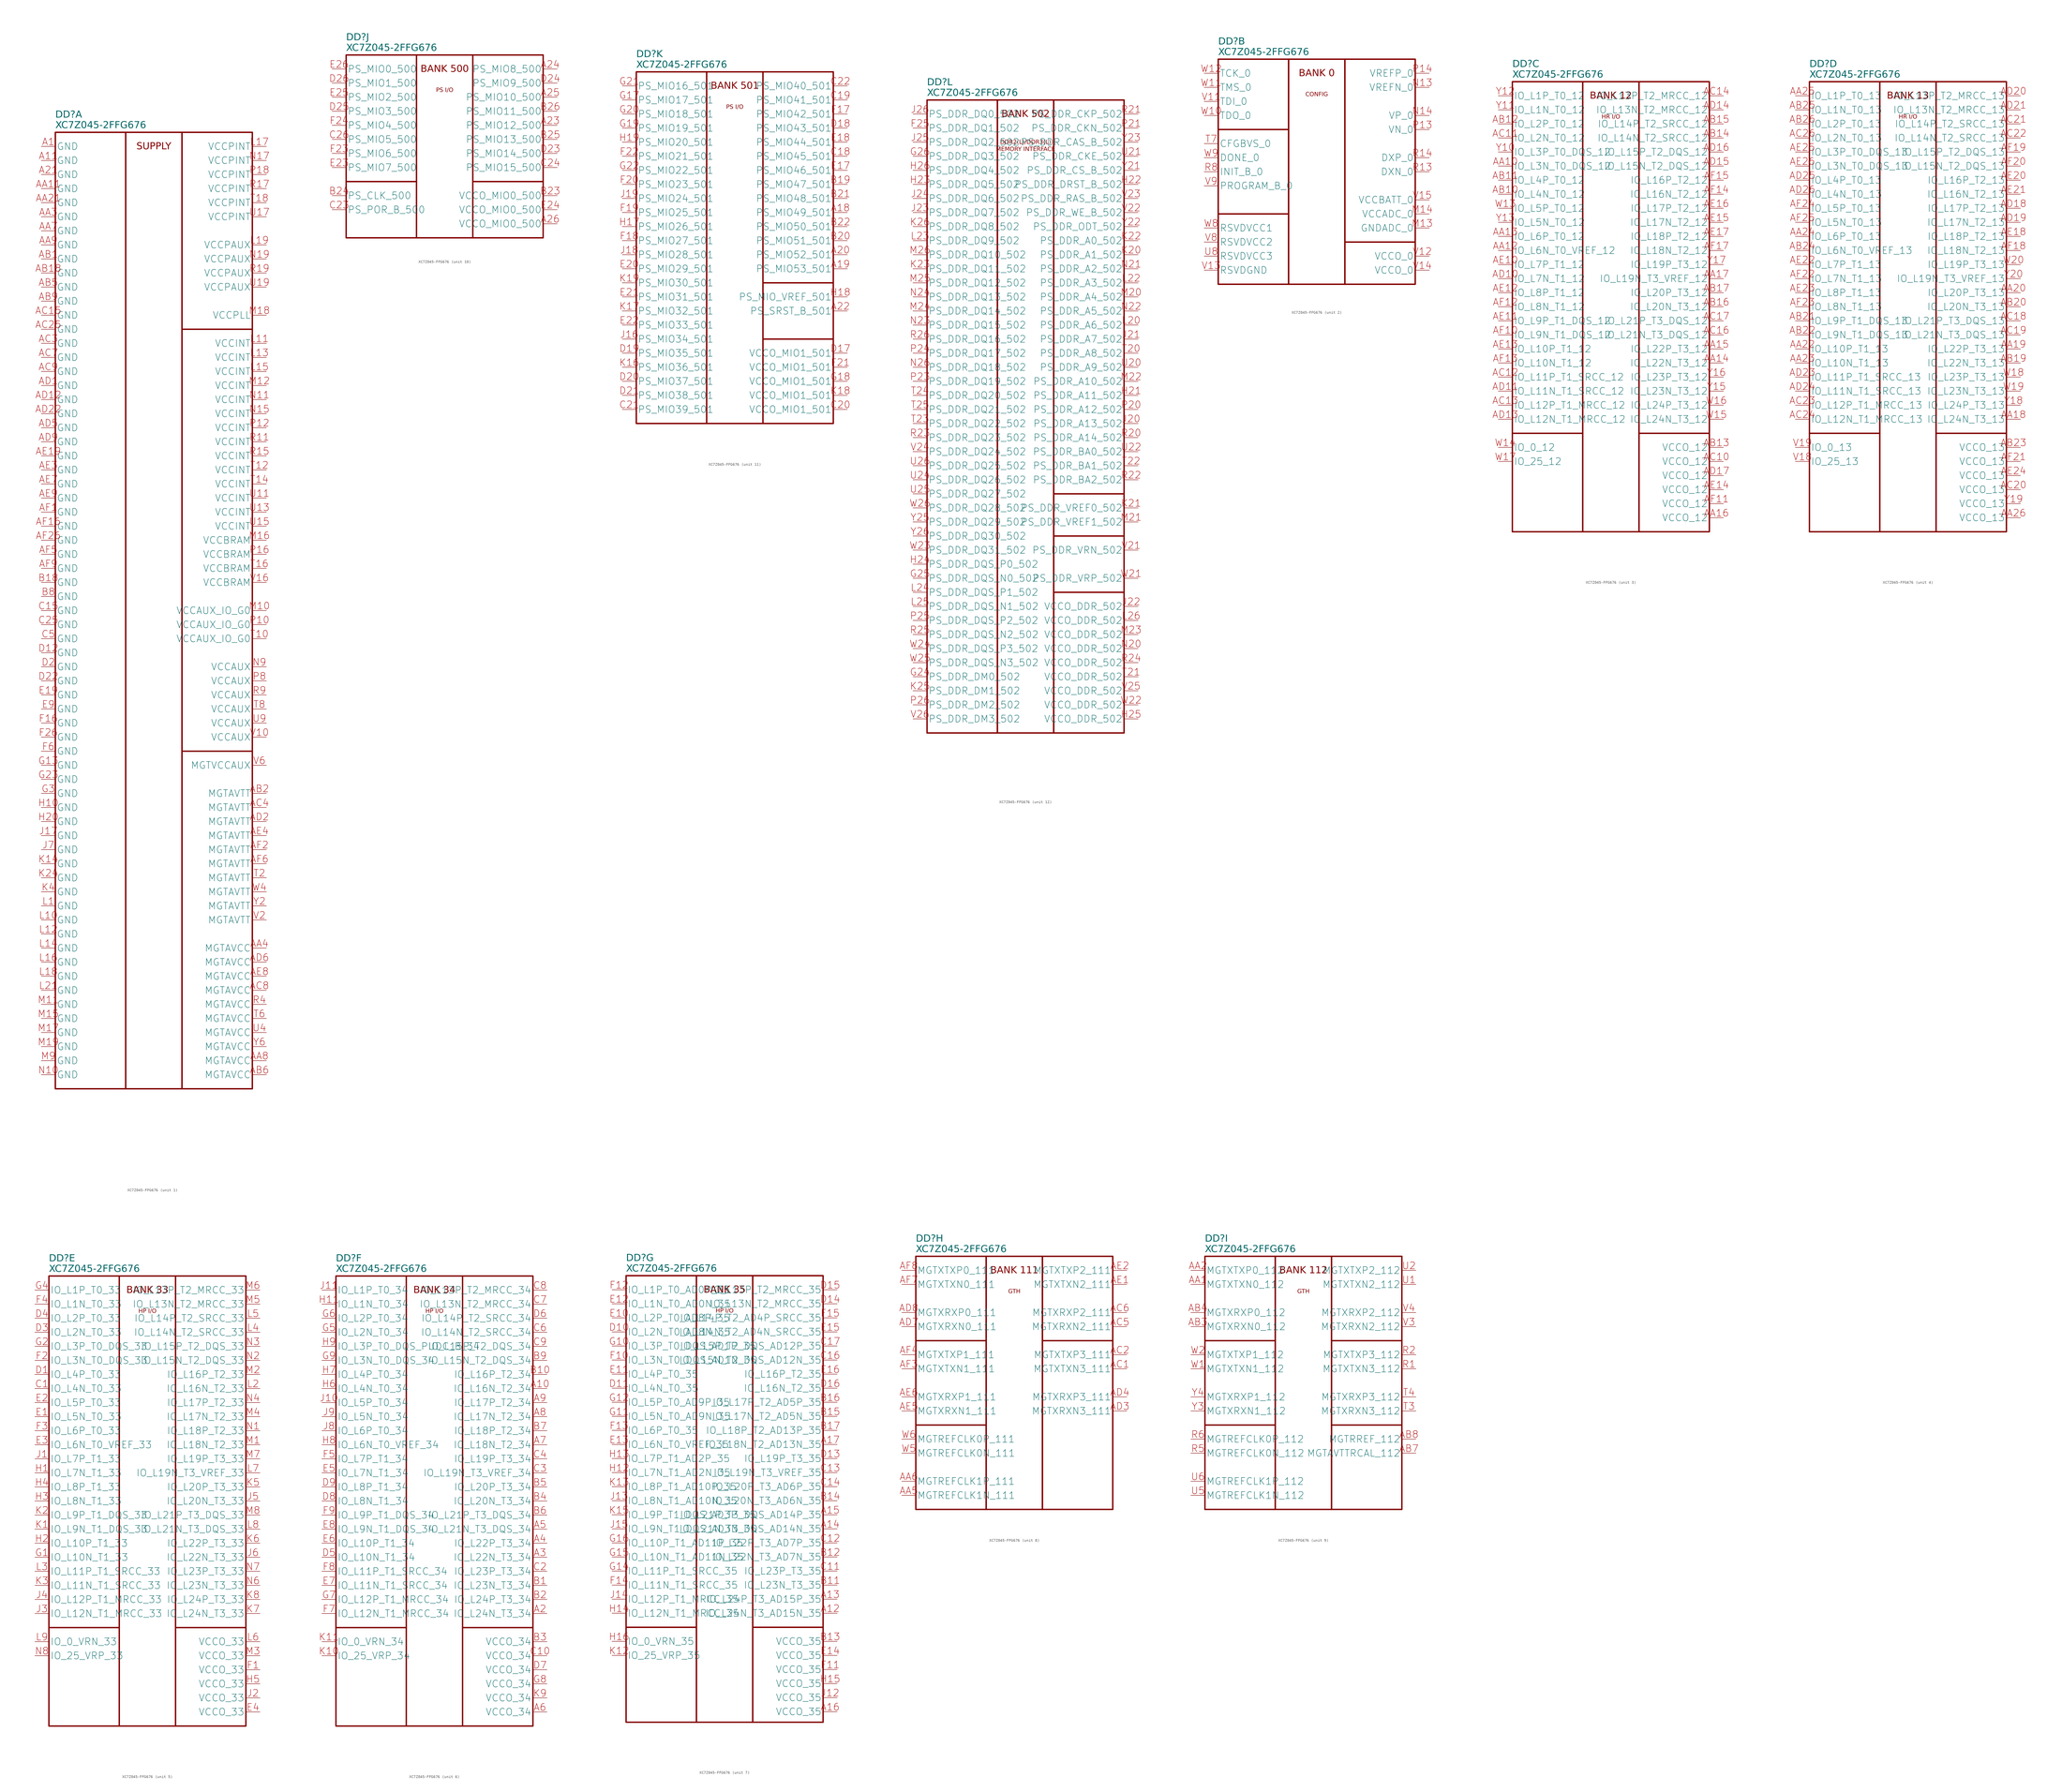
<source format=kicad_sym>
(kicad_symbol_lib
  (version 20231120)
  (generator "kicad_symbol_editor")
  (generator_version "8.0")
  (symbol "XC7Z045-FFG676"
    (property "Reference" "DD"
      (at -35.56 6.35 0)
      (effects (font (face "GOST type A") (size 2.5 2.5) (italic yes)) (justify left)))
    (property "Value" "XC7Z045-2FFG676"
      (at -35.56 2.54 0)
      (effects (font (face "GOST type A") (size 2.5 2.5) (italic yes)) (justify left)))
    (property "ki_locked" ""
      (at 0 0 0)
      (effects (font (size 1.27 1.27))))
    (symbol "XC7Z045-FFG676_1_0"
      (unit_name "SUPPLY")
      (pin power_in line (at -40.64 -5.08 0) (length 5.08) (name "GND" (effects (font (size 2.5 2.5)))) (number "A1" (effects (font (size 2.5 2.5)))))
      (pin power_in line (at -40.64 -10.16 0) (length 5.08) (name "GND" (effects (font (size 2.5 2.5)))) (number "A11" (effects (font (size 2.5 2.5)))))
      (pin power_in line (at -40.64 -15.24 0) (length 5.08) (name "GND" (effects (font (size 2.5 2.5)))) (number "A21" (effects (font (size 2.5 2.5)))))
      (pin power_in line (at -40.64 -20.32 0) (length 5.08) (name "GND" (effects (font (size 2.5 2.5)))) (number "AA11" (effects (font (size 2.5 2.5)))))
      (pin power_in line (at -40.64 -25.4 0) (length 5.08) (name "GND" (effects (font (size 2.5 2.5)))) (number "AA21" (effects (font (size 2.5 2.5)))))
      (pin power_in line (at -40.64 -30.48 0) (length 5.08) (name "GND" (effects (font (size 2.5 2.5)))) (number "AA3" (effects (font (size 2.5 2.5)))))
      (pin power_in line (at 40.64 -294.64 180) (length 5.08) (name "MGTAVCC" (effects (font (size 2.5 2.5)))) (number "AA4" (effects (font (size 2.5 2.5)))))
      (pin power_in line (at -40.64 -35.56 0) (length 5.08) (name "GND" (effects (font (size 2.5 2.5)))) (number "AA7" (effects (font (size 2.5 2.5)))))
      (pin power_in line (at 40.64 -335.28 180) (length 5.08) (name "MGTAVCC" (effects (font (size 2.5 2.5)))) (number "AA8" (effects (font (size 2.5 2.5)))))
      (pin power_in line (at -40.64 -40.64 0) (length 5.08) (name "GND" (effects (font (size 2.5 2.5)))) (number "AA9" (effects (font (size 2.5 2.5)))))
      (pin power_in line (at -40.64 -45.72 0) (length 5.08) (name "GND" (effects (font (size 2.5 2.5)))) (number "AB1" (effects (font (size 2.5 2.5)))))
      (pin power_in line (at -40.64 -50.8 0) (length 5.08) (name "GND" (effects (font (size 2.5 2.5)))) (number "AB18" (effects (font (size 2.5 2.5)))))
      (pin power_in line (at 40.64 -238.76 180) (length 5.08) (name "MGTAVTT" (effects (font (size 2.5 2.5)))) (number "AB2" (effects (font (size 2.5 2.5)))))
      (pin power_in line (at -40.64 -55.88 0) (length 5.08) (name "GND" (effects (font (size 2.5 2.5)))) (number "AB5" (effects (font (size 2.5 2.5)))))
      (pin power_in line (at 40.64 -340.36 180) (length 5.08) (name "MGTAVCC" (effects (font (size 2.5 2.5)))) (number "AB6" (effects (font (size 2.5 2.5)))))
      (pin power_in line (at -40.64 -60.96 0) (length 5.08) (name "GND" (effects (font (size 2.5 2.5)))) (number "AB9" (effects (font (size 2.5 2.5)))))
      (pin power_in line (at -40.64 -66.04 0) (length 5.08) (name "GND" (effects (font (size 2.5 2.5)))) (number "AC15" (effects (font (size 2.5 2.5)))))
      (pin power_in line (at -40.64 -71.12 0) (length 5.08) (name "GND" (effects (font (size 2.5 2.5)))) (number "AC25" (effects (font (size 2.5 2.5)))))
      (pin power_in line (at -40.64 -76.2 0) (length 5.08) (name "GND" (effects (font (size 2.5 2.5)))) (number "AC3" (effects (font (size 2.5 2.5)))))
      (pin power_in line (at 40.64 -243.84 180) (length 5.08) (name "MGTAVTT" (effects (font (size 2.5 2.5)))) (number "AC4" (effects (font (size 2.5 2.5)))))
      (pin power_in line (at -40.64 -81.28 0) (length 5.08) (name "GND" (effects (font (size 2.5 2.5)))) (number "AC7" (effects (font (size 2.5 2.5)))))
      (pin power_in line (at 40.64 -309.88 180) (length 5.08) (name "MGTAVCC" (effects (font (size 2.5 2.5)))) (number "AC8" (effects (font (size 2.5 2.5)))))
      (pin power_in line (at -40.64 -86.36 0) (length 5.08) (name "GND" (effects (font (size 2.5 2.5)))) (number "AC9" (effects (font (size 2.5 2.5)))))
      (pin power_in line (at -40.64 -91.44 0) (length 5.08) (name "GND" (effects (font (size 2.5 2.5)))) (number "AD1" (effects (font (size 2.5 2.5)))))
      (pin power_in line (at -40.64 -96.52 0) (length 5.08) (name "GND" (effects (font (size 2.5 2.5)))) (number "AD12" (effects (font (size 2.5 2.5)))))
      (pin power_in line (at 40.64 -248.92 180) (length 5.08) (name "MGTAVTT" (effects (font (size 2.5 2.5)))) (number "AD2" (effects (font (size 2.5 2.5)))))
      (pin power_in line (at -40.64 -101.6 0) (length 5.08) (name "GND" (effects (font (size 2.5 2.5)))) (number "AD22" (effects (font (size 2.5 2.5)))))
      (pin power_in line (at -40.64 -106.68 0) (length 5.08) (name "GND" (effects (font (size 2.5 2.5)))) (number "AD5" (effects (font (size 2.5 2.5)))))
      (pin power_in line (at 40.64 -299.72 180) (length 5.08) (name "MGTAVCC" (effects (font (size 2.5 2.5)))) (number "AD6" (effects (font (size 2.5 2.5)))))
      (pin power_in line (at -40.64 -111.76 0) (length 5.08) (name "GND" (effects (font (size 2.5 2.5)))) (number "AD9" (effects (font (size 2.5 2.5)))))
      (pin power_in line (at -40.64 -116.84 0) (length 5.08) (name "GND" (effects (font (size 2.5 2.5)))) (number "AE19" (effects (font (size 2.5 2.5)))))
      (pin power_in line (at -40.64 -121.92 0) (length 5.08) (name "GND" (effects (font (size 2.5 2.5)))) (number "AE3" (effects (font (size 2.5 2.5)))))
      (pin power_in line (at 40.64 -254 180) (length 5.08) (name "MGTAVTT" (effects (font (size 2.5 2.5)))) (number "AE4" (effects (font (size 2.5 2.5)))))
      (pin power_in line (at -40.64 -127 0) (length 5.08) (name "GND" (effects (font (size 2.5 2.5)))) (number "AE7" (effects (font (size 2.5 2.5)))))
      (pin power_in line (at 40.64 -304.8 180) (length 5.08) (name "MGTAVCC" (effects (font (size 2.5 2.5)))) (number "AE8" (effects (font (size 2.5 2.5)))))
      (pin power_in line (at -40.64 -132.08 0) (length 5.08) (name "GND" (effects (font (size 2.5 2.5)))) (number "AE9" (effects (font (size 2.5 2.5)))))
      (pin power_in line (at -40.64 -137.16 0) (length 5.08) (name "GND" (effects (font (size 2.5 2.5)))) (number "AF1" (effects (font (size 2.5 2.5)))))
      (pin power_in line (at -40.64 -142.24 0) (length 5.08) (name "GND" (effects (font (size 2.5 2.5)))) (number "AF16" (effects (font (size 2.5 2.5)))))
      (pin power_in line (at 40.64 -259.08 180) (length 5.08) (name "MGTAVTT" (effects (font (size 2.5 2.5)))) (number "AF2" (effects (font (size 2.5 2.5)))))
      (pin power_in line (at -40.64 -147.32 0) (length 5.08) (name "GND" (effects (font (size 2.5 2.5)))) (number "AF26" (effects (font (size 2.5 2.5)))))
      (pin power_in line (at -40.64 -152.4 0) (length 5.08) (name "GND" (effects (font (size 2.5 2.5)))) (number "AF5" (effects (font (size 2.5 2.5)))))
      (pin power_in line (at 40.64 -264.16 180) (length 5.08) (name "MGTAVTT" (effects (font (size 2.5 2.5)))) (number "AF6" (effects (font (size 2.5 2.5)))))
      (pin power_in line (at -40.64 -157.48 0) (length 5.08) (name "GND" (effects (font (size 2.5 2.5)))) (number "AF9" (effects (font (size 2.5 2.5)))))
      (pin power_in line (at -40.64 -162.56 0) (length 5.08) (name "GND" (effects (font (size 2.5 2.5)))) (number "B18" (effects (font (size 2.5 2.5)))))
      (pin power_in line (at -40.64 -167.64 0) (length 5.08) (name "GND" (effects (font (size 2.5 2.5)))) (number "B8" (effects (font (size 2.5 2.5)))))
      (pin power_in line (at -40.64 -172.72 0) (length 5.08) (name "GND" (effects (font (size 2.5 2.5)))) (number "C15" (effects (font (size 2.5 2.5)))))
      (pin power_in line (at -40.64 -177.8 0) (length 5.08) (name "GND" (effects (font (size 2.5 2.5)))) (number "C25" (effects (font (size 2.5 2.5)))))
      (pin power_in line (at -40.64 -182.88 0) (length 5.08) (name "GND" (effects (font (size 2.5 2.5)))) (number "C5" (effects (font (size 2.5 2.5)))))
      (pin power_in line (at -40.64 -187.96 0) (length 5.08) (name "GND" (effects (font (size 2.5 2.5)))) (number "D12" (effects (font (size 2.5 2.5)))))
      (pin power_in line (at -40.64 -193.04 0) (length 5.08) (name "GND" (effects (font (size 2.5 2.5)))) (number "D2" (effects (font (size 2.5 2.5)))))
      (pin power_in line (at -40.64 -198.12 0) (length 5.08) (name "GND" (effects (font (size 2.5 2.5)))) (number "D22" (effects (font (size 2.5 2.5)))))
      (pin power_in line (at -40.64 -203.2 0) (length 5.08) (name "GND" (effects (font (size 2.5 2.5)))) (number "E19" (effects (font (size 2.5 2.5)))))
      (pin power_in line (at -40.64 -208.28 0) (length 5.08) (name "GND" (effects (font (size 2.5 2.5)))) (number "E9" (effects (font (size 2.5 2.5)))))
      (pin power_in line (at -40.64 -213.36 0) (length 5.08) (name "GND" (effects (font (size 2.5 2.5)))) (number "F16" (effects (font (size 2.5 2.5)))))
      (pin power_in line (at -40.64 -218.44 0) (length 5.08) (name "GND" (effects (font (size 2.5 2.5)))) (number "F26" (effects (font (size 2.5 2.5)))))
      (pin power_in line (at -40.64 -223.52 0) (length 5.08) (name "GND" (effects (font (size 2.5 2.5)))) (number "F6" (effects (font (size 2.5 2.5)))))
      (pin power_in line (at -40.64 -228.6 0) (length 5.08) (name "GND" (effects (font (size 2.5 2.5)))) (number "G13" (effects (font (size 2.5 2.5)))))
      (pin power_in line (at -40.64 -233.68 0) (length 5.08) (name "GND" (effects (font (size 2.5 2.5)))) (number "G23" (effects (font (size 2.5 2.5)))))
      (pin power_in line (at -40.64 -238.76 0) (length 5.08) (name "GND" (effects (font (size 2.5 2.5)))) (number "G3" (effects (font (size 2.5 2.5)))))
      (pin power_in line (at -40.64 -243.84 0) (length 5.08) (name "GND" (effects (font (size 2.5 2.5)))) (number "H10" (effects (font (size 2.5 2.5)))))
      (pin power_in line (at -40.64 -248.92 0) (length 5.08) (name "GND" (effects (font (size 2.5 2.5)))) (number "H20" (effects (font (size 2.5 2.5)))))
      (pin power_in line (at -40.64 -254 0) (length 5.08) (name "GND" (effects (font (size 2.5 2.5)))) (number "J17" (effects (font (size 2.5 2.5)))))
      (pin power_in line (at -40.64 -259.08 0) (length 5.08) (name "GND" (effects (font (size 2.5 2.5)))) (number "J7" (effects (font (size 2.5 2.5)))))
      (pin power_in line (at -40.64 -264.16 0) (length 5.08) (name "GND" (effects (font (size 2.5 2.5)))) (number "K14" (effects (font (size 2.5 2.5)))))
      (pin power_in line (at -40.64 -269.24 0) (length 5.08) (name "GND" (effects (font (size 2.5 2.5)))) (number "K24" (effects (font (size 2.5 2.5)))))
      (pin power_in line (at -40.64 -274.32 0) (length 5.08) (name "GND" (effects (font (size 2.5 2.5)))) (number "K4" (effects (font (size 2.5 2.5)))))
      (pin power_in line (at -40.64 -279.4 0) (length 5.08) (name "GND" (effects (font (size 2.5 2.5)))) (number "L1" (effects (font (size 2.5 2.5)))))
      (pin power_in line (at -40.64 -284.48 0) (length 5.08) (name "GND" (effects (font (size 2.5 2.5)))) (number "L10" (effects (font (size 2.5 2.5)))))
      (pin power_in line (at 40.64 -76.2 180) (length 5.08) (name "VCCINT" (effects (font (size 2.5 2.5)))) (number "L11" (effects (font (size 2.5 2.5)))))
      (pin power_in line (at -40.64 -289.56 0) (length 5.08) (name "GND" (effects (font (size 2.5 2.5)))) (number "L12" (effects (font (size 2.5 2.5)))))
      (pin power_in line (at 40.64 -81.28 180) (length 5.08) (name "VCCINT" (effects (font (size 2.5 2.5)))) (number "L13" (effects (font (size 2.5 2.5)))))
      (pin power_in line (at -40.64 -294.64 0) (length 5.08) (name "GND" (effects (font (size 2.5 2.5)))) (number "L14" (effects (font (size 2.5 2.5)))))
      (pin power_in line (at 40.64 -86.36 180) (length 5.08) (name "VCCINT" (effects (font (size 2.5 2.5)))) (number "L15" (effects (font (size 2.5 2.5)))))
      (pin power_in line (at -40.64 -299.72 0) (length 5.08) (name "GND" (effects (font (size 2.5 2.5)))) (number "L16" (effects (font (size 2.5 2.5)))))
      (pin power_in line (at 40.64 -5.08 180) (length 5.08) (name "VCCPINT" (effects (font (size 2.5 2.5)))) (number "L17" (effects (font (size 2.5 2.5)))))
      (pin power_in line (at -40.64 -304.8 0) (length 5.08) (name "GND" (effects (font (size 2.5 2.5)))) (number "L18" (effects (font (size 2.5 2.5)))))
      (pin power_in line (at 40.64 -40.64 180) (length 5.08) (name "VCCPAUX" (effects (font (size 2.5 2.5)))) (number "L19" (effects (font (size 2.5 2.5)))))
      (pin power_in line (at -40.64 -309.88 0) (length 5.08) (name "GND" (effects (font (size 2.5 2.5)))) (number "L21" (effects (font (size 2.5 2.5)))))
      (pin power_in line (at 40.64 -172.72 180) (length 5.08) (name "VCCAUX_IO_G0" (effects (font (size 2.5 2.5)))) (number "M10" (effects (font (size 2.5 2.5)))))
      (pin power_in line (at -40.64 -314.96 0) (length 5.08) (name "GND" (effects (font (size 2.5 2.5)))) (number "M11" (effects (font (size 2.5 2.5)))))
      (pin power_in line (at 40.64 -91.44 180) (length 5.08) (name "VCCINT" (effects (font (size 2.5 2.5)))) (number "M12" (effects (font (size 2.5 2.5)))))
      (pin power_in line (at -40.64 -320.04 0) (length 5.08) (name "GND" (effects (font (size 2.5 2.5)))) (number "M15" (effects (font (size 2.5 2.5)))))
      (pin power_in line (at 40.64 -147.32 180) (length 5.08) (name "VCCBRAM" (effects (font (size 2.5 2.5)))) (number "M16" (effects (font (size 2.5 2.5)))))
      (pin power_in line (at -40.64 -325.12 0) (length 5.08) (name "GND" (effects (font (size 2.5 2.5)))) (number "M17" (effects (font (size 2.5 2.5)))))
      (pin power_in line (at 40.64 -66.04 180) (length 5.08) (name "VCCPLL" (effects (font (size 2.5 2.5)))) (number "M18" (effects (font (size 2.5 2.5)))))
      (pin power_in line (at -40.64 -330.2 0) (length 5.08) (name "GND" (effects (font (size 2.5 2.5)))) (number "M19" (effects (font (size 2.5 2.5)))))
      (pin power_in line (at -40.64 -335.28 0) (length 5.08) (name "GND" (effects (font (size 2.5 2.5)))) (number "M9" (effects (font (size 2.5 2.5)))))
      (pin power_in line (at -40.64 -340.36 0) (length 5.08) (name "GND" (effects (font (size 2.5 2.5)))) (number "N10" (effects (font (size 2.5 2.5)))))
      (pin power_in line (at 40.64 -96.52 180) (length 5.08) (name "VCCINT" (effects (font (size 2.5 2.5)))) (number "N11" (effects (font (size 2.5 2.5)))))
      (pin passive line (at -40.64 -340.36 0) (length 5.08) hide (name "GND" (effects (font (size 1.27 1.27)))) (number "N12" (effects (font (size 1.27 1.27)))))
      (pin power_in line (at 40.64 -101.6 180) (length 5.08) (name "VCCINT" (effects (font (size 2.5 2.5)))) (number "N15" (effects (font (size 2.5 2.5)))))
      (pin passive line (at -40.64 -340.36 0) (length 5.08) hide (name "GND" (effects (font (size 1.27 1.27)))) (number "N16" (effects (font (size 1.27 1.27)))))
      (pin power_in line (at 40.64 -10.16 180) (length 5.08) (name "VCCPINT" (effects (font (size 2.5 2.5)))) (number "N17" (effects (font (size 2.5 2.5)))))
      (pin passive line (at -40.64 -340.36 0) (length 5.08) hide (name "GND" (effects (font (size 1.27 1.27)))) (number "N18" (effects (font (size 1.27 1.27)))))
      (pin power_in line (at 40.64 -45.72 180) (length 5.08) (name "VCCPAUX" (effects (font (size 2.5 2.5)))) (number "N19" (effects (font (size 2.5 2.5)))))
      (pin passive line (at -40.64 -340.36 0) (length 5.08) hide (name "GND" (effects (font (size 1.27 1.27)))) (number "N25" (effects (font (size 1.27 1.27)))))
      (pin passive line (at -40.64 -340.36 0) (length 5.08) hide (name "GND" (effects (font (size 1.27 1.27)))) (number "N5" (effects (font (size 1.27 1.27)))))
      (pin power_in line (at 40.64 -193.04 180) (length 5.08) (name "VCCAUX" (effects (font (size 2.5 2.5)))) (number "N9" (effects (font (size 2.5 2.5)))))
      (pin passive line (at -40.64 -340.36 0) (length 5.08) hide (name "GND" (effects (font (size 1.27 1.27)))) (number "P1" (effects (font (size 1.27 1.27)))))
      (pin power_in line (at 40.64 -177.8 180) (length 5.08) (name "VCCAUX_IO_G0" (effects (font (size 2.5 2.5)))) (number "P10" (effects (font (size 2.5 2.5)))))
      (pin passive line (at -40.64 -340.36 0) (length 5.08) hide (name "GND" (effects (font (size 1.27 1.27)))) (number "P11" (effects (font (size 1.27 1.27)))))
      (pin power_in line (at 40.64 -106.68 180) (length 5.08) (name "VCCINT" (effects (font (size 2.5 2.5)))) (number "P12" (effects (font (size 2.5 2.5)))))
      (pin passive line (at -40.64 -340.36 0) (length 5.08) hide (name "GND" (effects (font (size 1.27 1.27)))) (number "P15" (effects (font (size 1.27 1.27)))))
      (pin power_in line (at 40.64 -152.4 180) (length 5.08) (name "VCCBRAM" (effects (font (size 2.5 2.5)))) (number "P16" (effects (font (size 2.5 2.5)))))
      (pin passive line (at -40.64 -340.36 0) (length 5.08) hide (name "GND" (effects (font (size 1.27 1.27)))) (number "P17" (effects (font (size 1.27 1.27)))))
      (pin power_in line (at 40.64 -15.24 180) (length 5.08) (name "VCCPINT" (effects (font (size 2.5 2.5)))) (number "P18" (effects (font (size 2.5 2.5)))))
      (pin passive line (at -40.64 -340.36 0) (length 5.08) hide (name "GND" (effects (font (size 1.27 1.27)))) (number "P19" (effects (font (size 1.27 1.27)))))
      (pin passive line (at -40.64 -340.36 0) (length 5.08) hide (name "GND" (effects (font (size 1.27 1.27)))) (number "P2" (effects (font (size 1.27 1.27)))))
      (pin passive line (at -40.64 -340.36 0) (length 5.08) hide (name "GND" (effects (font (size 1.27 1.27)))) (number "P22" (effects (font (size 1.27 1.27)))))
      (pin passive line (at -40.64 -340.36 0) (length 5.08) hide (name "GND" (effects (font (size 1.27 1.27)))) (number "P3" (effects (font (size 1.27 1.27)))))
      (pin passive line (at -40.64 -340.36 0) (length 5.08) hide (name "GND" (effects (font (size 1.27 1.27)))) (number "P4" (effects (font (size 1.27 1.27)))))
      (pin passive line (at -40.64 -340.36 0) (length 5.08) hide (name "GND" (effects (font (size 1.27 1.27)))) (number "P5" (effects (font (size 1.27 1.27)))))
      (pin passive line (at -40.64 -340.36 0) (length 5.08) hide (name "GND" (effects (font (size 1.27 1.27)))) (number "P6" (effects (font (size 1.27 1.27)))))
      (pin passive line (at -40.64 -340.36 0) (length 5.08) hide (name "GND" (effects (font (size 1.27 1.27)))) (number "P7" (effects (font (size 1.27 1.27)))))
      (pin power_in line (at 40.64 -198.12 180) (length 5.08) (name "VCCAUX" (effects (font (size 2.5 2.5)))) (number "P8" (effects (font (size 2.5 2.5)))))
      (pin passive line (at -40.64 -340.36 0) (length 5.08) hide (name "GND" (effects (font (size 1.27 1.27)))) (number "P9" (effects (font (size 1.27 1.27)))))
      (pin passive line (at -40.64 -340.36 0) (length 5.08) hide (name "GND" (effects (font (size 1.27 1.27)))) (number "R10" (effects (font (size 1.27 1.27)))))
      (pin power_in line (at 40.64 -111.76 180) (length 5.08) (name "VCCINT" (effects (font (size 2.5 2.5)))) (number "R11" (effects (font (size 2.5 2.5)))))
      (pin passive line (at -40.64 -340.36 0) (length 5.08) hide (name "GND" (effects (font (size 1.27 1.27)))) (number "R12" (effects (font (size 1.27 1.27)))))
      (pin power_in line (at 40.64 -116.84 180) (length 5.08) (name "VCCINT" (effects (font (size 2.5 2.5)))) (number "R15" (effects (font (size 2.5 2.5)))))
      (pin passive line (at -40.64 -340.36 0) (length 5.08) hide (name "GND" (effects (font (size 1.27 1.27)))) (number "R16" (effects (font (size 1.27 1.27)))))
      (pin power_in line (at 40.64 -20.32 180) (length 5.08) (name "VCCPINT" (effects (font (size 2.5 2.5)))) (number "R17" (effects (font (size 2.5 2.5)))))
      (pin passive line (at -40.64 -340.36 0) (length 5.08) hide (name "GND" (effects (font (size 1.27 1.27)))) (number "R18" (effects (font (size 1.27 1.27)))))
      (pin power_in line (at 40.64 -50.8 180) (length 5.08) (name "VCCPAUX" (effects (font (size 2.5 2.5)))) (number "R19" (effects (font (size 2.5 2.5)))))
      (pin passive line (at -40.64 -340.36 0) (length 5.08) hide (name "GND" (effects (font (size 1.27 1.27)))) (number "R3" (effects (font (size 1.27 1.27)))))
      (pin power_in line (at 40.64 -314.96 180) (length 5.08) (name "MGTAVCC" (effects (font (size 2.5 2.5)))) (number "R4" (effects (font (size 2.5 2.5)))))
      (pin passive line (at -40.64 -340.36 0) (length 5.08) hide (name "GND" (effects (font (size 1.27 1.27)))) (number "R7" (effects (font (size 1.27 1.27)))))
      (pin power_in line (at 40.64 -203.2 180) (length 5.08) (name "VCCAUX" (effects (font (size 2.5 2.5)))) (number "R9" (effects (font (size 2.5 2.5)))))
      (pin passive line (at -40.64 -340.36 0) (length 5.08) hide (name "GND" (effects (font (size 1.27 1.27)))) (number "T1" (effects (font (size 1.27 1.27)))))
      (pin power_in line (at 40.64 -182.88 180) (length 5.08) (name "VCCAUX_IO_G0" (effects (font (size 2.5 2.5)))) (number "T10" (effects (font (size 2.5 2.5)))))
      (pin passive line (at -40.64 -340.36 0) (length 5.08) hide (name "GND" (effects (font (size 1.27 1.27)))) (number "T11" (effects (font (size 1.27 1.27)))))
      (pin power_in line (at 40.64 -121.92 180) (length 5.08) (name "VCCINT" (effects (font (size 2.5 2.5)))) (number "T12" (effects (font (size 2.5 2.5)))))
      (pin passive line (at -40.64 -340.36 0) (length 5.08) hide (name "GND" (effects (font (size 1.27 1.27)))) (number "T13" (effects (font (size 1.27 1.27)))))
      (pin power_in line (at 40.64 -127 180) (length 5.08) (name "VCCINT" (effects (font (size 2.5 2.5)))) (number "T14" (effects (font (size 2.5 2.5)))))
      (pin passive line (at -40.64 -340.36 0) (length 5.08) hide (name "GND" (effects (font (size 1.27 1.27)))) (number "T15" (effects (font (size 1.27 1.27)))))
      (pin power_in line (at 40.64 -157.48 180) (length 5.08) (name "VCCBRAM" (effects (font (size 2.5 2.5)))) (number "T16" (effects (font (size 2.5 2.5)))))
      (pin passive line (at -40.64 -340.36 0) (length 5.08) hide (name "GND" (effects (font (size 1.27 1.27)))) (number "T17" (effects (font (size 1.27 1.27)))))
      (pin power_in line (at 40.64 -25.4 180) (length 5.08) (name "VCCPINT" (effects (font (size 2.5 2.5)))) (number "T18" (effects (font (size 2.5 2.5)))))
      (pin passive line (at -40.64 -340.36 0) (length 5.08) hide (name "GND" (effects (font (size 1.27 1.27)))) (number "T19" (effects (font (size 1.27 1.27)))))
      (pin power_in line (at 40.64 -269.24 180) (length 5.08) (name "MGTAVTT" (effects (font (size 2.5 2.5)))) (number "T2" (effects (font (size 2.5 2.5)))))
      (pin passive line (at -40.64 -340.36 0) (length 5.08) hide (name "GND" (effects (font (size 1.27 1.27)))) (number "T26" (effects (font (size 1.27 1.27)))))
      (pin passive line (at -40.64 -340.36 0) (length 5.08) hide (name "GND" (effects (font (size 1.27 1.27)))) (number "T5" (effects (font (size 1.27 1.27)))))
      (pin power_in line (at 40.64 -320.04 180) (length 5.08) (name "MGTAVCC" (effects (font (size 2.5 2.5)))) (number "T6" (effects (font (size 2.5 2.5)))))
      (pin power_in line (at 40.64 -208.28 180) (length 5.08) (name "VCCAUX" (effects (font (size 2.5 2.5)))) (number "T8" (effects (font (size 2.5 2.5)))))
      (pin passive line (at -40.64 -340.36 0) (length 5.08) hide (name "GND" (effects (font (size 1.27 1.27)))) (number "T9" (effects (font (size 1.27 1.27)))))
      (pin passive line (at -40.64 -340.36 0) (length 5.08) hide (name "GND" (effects (font (size 1.27 1.27)))) (number "U10" (effects (font (size 1.27 1.27)))))
      (pin power_in line (at 40.64 -132.08 180) (length 5.08) (name "VCCINT" (effects (font (size 2.5 2.5)))) (number "U11" (effects (font (size 2.5 2.5)))))
      (pin passive line (at -40.64 -340.36 0) (length 5.08) hide (name "GND" (effects (font (size 1.27 1.27)))) (number "U12" (effects (font (size 1.27 1.27)))))
      (pin power_in line (at 40.64 -137.16 180) (length 5.08) (name "VCCINT" (effects (font (size 2.5 2.5)))) (number "U13" (effects (font (size 2.5 2.5)))))
      (pin passive line (at -40.64 -340.36 0) (length 5.08) hide (name "GND" (effects (font (size 1.27 1.27)))) (number "U14" (effects (font (size 1.27 1.27)))))
      (pin power_in line (at 40.64 -142.24 180) (length 5.08) (name "VCCINT" (effects (font (size 2.5 2.5)))) (number "U15" (effects (font (size 2.5 2.5)))))
      (pin passive line (at -40.64 -340.36 0) (length 5.08) hide (name "GND" (effects (font (size 1.27 1.27)))) (number "U16" (effects (font (size 1.27 1.27)))))
      (pin power_in line (at 40.64 -30.48 180) (length 5.08) (name "VCCPINT" (effects (font (size 2.5 2.5)))) (number "U17" (effects (font (size 2.5 2.5)))))
      (pin passive line (at -40.64 -340.36 0) (length 5.08) hide (name "GND" (effects (font (size 1.27 1.27)))) (number "U18" (effects (font (size 1.27 1.27)))))
      (pin power_in line (at 40.64 -55.88 180) (length 5.08) (name "VCCPAUX" (effects (font (size 2.5 2.5)))) (number "U19" (effects (font (size 2.5 2.5)))))
      (pin passive line (at -40.64 -340.36 0) (length 5.08) hide (name "GND" (effects (font (size 1.27 1.27)))) (number "U23" (effects (font (size 1.27 1.27)))))
      (pin passive line (at -40.64 -340.36 0) (length 5.08) hide (name "GND" (effects (font (size 1.27 1.27)))) (number "U3" (effects (font (size 1.27 1.27)))))
      (pin power_in line (at 40.64 -325.12 180) (length 5.08) (name "MGTAVCC" (effects (font (size 2.5 2.5)))) (number "U4" (effects (font (size 2.5 2.5)))))
      (pin passive line (at -40.64 -340.36 0) (length 5.08) hide (name "GND" (effects (font (size 1.27 1.27)))) (number "U7" (effects (font (size 1.27 1.27)))))
      (pin power_in line (at 40.64 -213.36 180) (length 5.08) (name "VCCAUX" (effects (font (size 2.5 2.5)))) (number "U9" (effects (font (size 2.5 2.5)))))
      (pin passive line (at -40.64 -340.36 0) (length 5.08) hide (name "GND" (effects (font (size 1.27 1.27)))) (number "V1" (effects (font (size 1.27 1.27)))))
      (pin power_in line (at 40.64 -218.44 180) (length 5.08) (name "VCCAUX" (effects (font (size 2.5 2.5)))) (number "V10" (effects (font (size 2.5 2.5)))))
      (pin power_in line (at 40.64 -162.56 180) (length 5.08) (name "VCCBRAM" (effects (font (size 2.5 2.5)))) (number "V16" (effects (font (size 2.5 2.5)))))
      (pin passive line (at -40.64 -340.36 0) (length 5.08) hide (name "GND" (effects (font (size 1.27 1.27)))) (number "V17" (effects (font (size 1.27 1.27)))))
      (pin power_in line (at 40.64 -284.48 180) (length 5.08) (name "MGTAVTT" (effects (font (size 2.5 2.5)))) (number "V2" (effects (font (size 2.5 2.5)))))
      (pin passive line (at -40.64 -340.36 0) (length 5.08) hide (name "GND" (effects (font (size 1.27 1.27)))) (number "V20" (effects (font (size 1.27 1.27)))))
      (pin passive line (at -40.64 -340.36 0) (length 5.08) hide (name "GND" (effects (font (size 1.27 1.27)))) (number "V5" (effects (font (size 1.27 1.27)))))
      (pin power_in line (at 40.64 -228.6 180) (length 5.08) (name "MGTVCCAUX" (effects (font (size 2.5 2.5)))) (number "V6" (effects (font (size 2.5 2.5)))))
      (pin passive line (at -40.64 -340.36 0) (length 5.08) hide (name "GND" (effects (font (size 1.27 1.27)))) (number "V7" (effects (font (size 1.27 1.27)))))
      (pin passive line (at -40.64 -340.36 0) (length 5.08) hide (name "GND" (effects (font (size 1.27 1.27)))) (number "W3" (effects (font (size 1.27 1.27)))))
      (pin power_in line (at 40.64 -274.32 180) (length 5.08) (name "MGTAVTT" (effects (font (size 2.5 2.5)))) (number "W4" (effects (font (size 2.5 2.5)))))
      (pin passive line (at -40.64 -340.36 0) (length 5.08) hide (name "GND" (effects (font (size 1.27 1.27)))) (number "W7" (effects (font (size 1.27 1.27)))))
      (pin passive line (at -40.64 -340.36 0) (length 5.08) hide (name "GND" (effects (font (size 1.27 1.27)))) (number "Y1" (effects (font (size 1.27 1.27)))))
      (pin passive line (at -40.64 -340.36 0) (length 5.08) hide (name "GND" (effects (font (size 1.27 1.27)))) (number "Y14" (effects (font (size 1.27 1.27)))))
      (pin power_in line (at 40.64 -279.4 180) (length 5.08) (name "MGTAVTT" (effects (font (size 2.5 2.5)))) (number "Y2" (effects (font (size 2.5 2.5)))))
      (pin passive line (at -40.64 -340.36 0) (length 5.08) hide (name "GND" (effects (font (size 1.27 1.27)))) (number "Y24" (effects (font (size 1.27 1.27)))))
      (pin passive line (at -40.64 -340.36 0) (length 5.08) hide (name "GND" (effects (font (size 1.27 1.27)))) (number "Y5" (effects (font (size 1.27 1.27)))))
      (pin power_in line (at 40.64 -330.2 180) (length 5.08) (name "MGTAVCC" (effects (font (size 2.5 2.5)))) (number "Y6" (effects (font (size 2.5 2.5)))))
      (pin passive line (at -40.64 -340.36 0) (length 5.08) hide (name "GND" (effects (font (size 1.27 1.27)))) (number "Y7" (effects (font (size 1.27 1.27)))))
      (pin passive line (at -40.64 -340.36 0) (length 5.08) hide (name "GND" (effects (font (size 1.27 1.27)))) (number "Y8" (effects (font (size 1.27 1.27)))))
      (pin passive line (at -40.64 -340.36 0) (length 5.08) hide (name "GND" (effects (font (size 1.27 1.27)))) (number "Y9" (effects (font (size 1.27 1.27))))))
    (symbol "XC7Z045-FFG676_1_1"
      (unit_name "SUPPLY")
      (rectangle (start -35.56 0) (end -10.16 -345.44) (stroke (width 0.5) (type default)) (fill (type none)))
      (rectangle (start -10.16 0) (end 10.16 -345.44) (stroke (width 0.5) (type default)) (fill (type none)))
      (polyline (pts (xy 35.56 -223.52) (xy 10.16 -223.52)) (stroke (width 0.5) (type default)) (fill (type none)))
      (polyline (pts (xy 35.56 -71.12) (xy 10.16 -71.12)) (stroke (width 0.5) (type default)) (fill (type none)))
      (rectangle (start 10.16 0) (end 35.56 -345.44) (stroke (width 0.5) (type default)) (fill (type none)))
      (text "SUPPLY" (at 0 -5.08 0) (effects (font (face "GOST type A") (size 2.489 2.489) (italic yes)))))
    (symbol "XC7Z045-FFG676_2_0"
      (unit_name "BANK_0")
      (pin power_in line (at 40.64 -60.96 180) (length 5.08) (name "GNDADC_0" (effects (font (size 2.5 2.5)))) (number "M13" (effects (font (size 2.5 2.5)))))
      (pin power_in line (at 40.64 -55.88 180) (length 5.08) (name "VCCADC_0" (effects (font (size 2.5 2.5)))) (number "M14" (effects (font (size 2.5 2.5)))))
      (pin passive line (at 40.64 -10.16 180) (length 5.08) (name "VREFN_0" (effects (font (size 2.5 2.5)))) (number "N13" (effects (font (size 2.5 2.5)))))
      (pin input line (at 40.64 -20.32 180) (length 5.08) (name "VP_0" (effects (font (size 2.5 2.5)))) (number "N14" (effects (font (size 2.5 2.5)))))
      (pin input line (at 40.64 -25.4 180) (length 5.08) (name "VN_0" (effects (font (size 2.5 2.5)))) (number "P13" (effects (font (size 2.5 2.5)))))
      (pin passive line (at 40.64 -5.08 180) (length 5.08) (name "VREFP_0" (effects (font (size 2.5 2.5)))) (number "P14" (effects (font (size 2.5 2.5)))))
      (pin passive line (at 40.64 -40.64 180) (length 5.08) (name "DXN_0" (effects (font (size 2.5 2.5)))) (number "R13" (effects (font (size 2.5 2.5)))))
      (pin passive line (at 40.64 -35.56 180) (length 5.08) (name "DXP_0" (effects (font (size 2.5 2.5)))) (number "R14" (effects (font (size 2.5 2.5)))))
      (pin open_collector line (at -40.64 -40.64 0) (length 5.08) (name "INIT_B_0" (effects (font (size 2.5 2.5)))) (number "R8" (effects (font (size 2.5 2.5)))))
      (pin input line (at -40.64 -30.48 0) (length 5.08) (name "CFGBVS_0" (effects (font (size 2.5 2.5)))) (number "T7" (effects (font (size 2.5 2.5)))))
      (pin passive line (at -40.64 -71.12 0) (length 5.08) (name "RSVDVCC3" (effects (font (size 2.5 2.5)))) (number "U8" (effects (font (size 2.5 2.5)))))
      (pin input line (at -40.64 -15.24 0) (length 5.08) (name "TDI_0" (effects (font (size 2.5 2.5)))) (number "V11" (effects (font (size 2.5 2.5)))))
      (pin passive line (at 40.64 -71.12 180) (length 5.08) (name "VCCO_0" (effects (font (size 2.5 2.5)))) (number "V12" (effects (font (size 2.5 2.5)))))
      (pin passive line (at -40.64 -76.2 0) (length 5.08) (name "RSVDGND" (effects (font (size 2.5 2.5)))) (number "V13" (effects (font (size 2.5 2.5)))))
      (pin passive line (at 40.64 -76.2 180) (length 5.08) (name "VCCO_0" (effects (font (size 2.5 2.5)))) (number "V14" (effects (font (size 2.5 2.5)))))
      (pin power_in line (at 40.64 -50.8 180) (length 5.08) (name "VCCBATT_0" (effects (font (size 2.5 2.5)))) (number "V15" (effects (font (size 2.5 2.5)))))
      (pin passive line (at -40.64 -66.04 0) (length 5.08) (name "RSVDVCC2" (effects (font (size 2.5 2.5)))) (number "V8" (effects (font (size 2.5 2.5)))))
      (pin input line (at -40.64 -45.72 0) (length 5.08) (name "PROGRAM_B_0" (effects (font (size 2.5 2.5)))) (number "V9" (effects (font (size 2.5 2.5)))))
      (pin output line (at -40.64 -20.32 0) (length 5.08) (name "TDO_0" (effects (font (size 2.5 2.5)))) (number "W10" (effects (font (size 2.5 2.5)))))
      (pin input line (at -40.64 -10.16 0) (length 5.08) (name "TMS_0" (effects (font (size 2.5 2.5)))) (number "W11" (effects (font (size 2.5 2.5)))))
      (pin input line (at -40.64 -5.08 0) (length 5.08) (name "TCK_0" (effects (font (size 2.5 2.5)))) (number "W12" (effects (font (size 2.5 2.5)))))
      (pin power_in line (at -40.64 -60.96 0) (length 5.08) (name "RSVDVCC1" (effects (font (size 2.5 2.5)))) (number "W8" (effects (font (size 2.5 2.5)))))
      (pin open_collector line (at -40.64 -35.56 0) (length 5.08) (name "DONE_0" (effects (font (size 2.5 2.5)))) (number "W9" (effects (font (size 2.5 2.5))))))
    (symbol "XC7Z045-FFG676_2_1"
      (unit_name "BANK_0")
      (rectangle (start -35.56 0) (end -10.16 -81.28) (stroke (width 0.5) (type default)) (fill (type none)))
      (rectangle (start -10.16 0) (end 10.16 -81.28) (stroke (width 0.5) (type default)) (fill (type none)))
      (polyline (pts (xy -10.16 -55.88) (xy -35.56 -55.88)) (stroke (width 0.5) (type default)) (fill (type none)))
      (polyline (pts (xy -10.16 -25.4) (xy -35.56 -25.4)) (stroke (width 0.5) (type default)) (fill (type none)))
      (polyline (pts (xy 35.56 -66.04) (xy 10.16 -66.04)) (stroke (width 0.5) (type default)) (fill (type none)))
      (rectangle (start 10.16 0) (end 35.56 -81.28) (stroke (width 0.5) (type default)) (fill (type none)))
      (text "BANK 0" (at 0 -5.08 0) (effects (font (face "GOST type A") (size 2.489 2.489) (italic yes))))
      (text "CONFIG" (at 0 -12.7 0) (effects (font (face "GOST type A") (size 1.5 1.5) (italic yes)))))
    (symbol "XC7Z045-FFG676_3_0"
      (unit_name "BANK_12")
      (pin bidirectional line (at -40.64 -30.48 0) (length 5.08) (name "IO_L3N_T0_DQS_12" (effects (font (size 2.5 2.5)))) (number "AA10" (effects (font (size 2.5 2.5)))))
      (pin bidirectional line (at -40.64 -60.96 0) (length 5.08) (name "IO_L6N_T0_VREF_12" (effects (font (size 2.5 2.5)))) (number "AA12" (effects (font (size 2.5 2.5)))))
      (pin bidirectional line (at -40.64 -55.88 0) (length 5.08) (name "IO_L6P_T0_12" (effects (font (size 2.5 2.5)))) (number "AA13" (effects (font (size 2.5 2.5)))))
      (pin bidirectional line (at 40.64 -101.6 180) (length 5.08) (name "IO_L22N_T3_12" (effects (font (size 2.5 2.5)))) (number "AA14" (effects (font (size 2.5 2.5)))))
      (pin bidirectional line (at 40.64 -96.52 180) (length 5.08) (name "IO_L22P_T3_12" (effects (font (size 2.5 2.5)))) (number "AA15" (effects (font (size 2.5 2.5)))))
      (pin power_in line (at 40.64 -157.48 180) (length 5.08) (name "VCCO_12" (effects (font (size 2.5 2.5)))) (number "AA16" (effects (font (size 2.5 2.5)))))
      (pin bidirectional line (at 40.64 -71.12 180) (length 5.08) (name "IO_L19N_T3_VREF_12" (effects (font (size 2.5 2.5)))) (number "AA17" (effects (font (size 2.5 2.5)))))
      (pin bidirectional line (at -40.64 -40.64 0) (length 5.08) (name "IO_L4N_T0_12" (effects (font (size 2.5 2.5)))) (number "AB10" (effects (font (size 2.5 2.5)))))
      (pin bidirectional line (at -40.64 -35.56 0) (length 5.08) (name "IO_L4P_T0_12" (effects (font (size 2.5 2.5)))) (number "AB11" (effects (font (size 2.5 2.5)))))
      (pin bidirectional line (at -40.64 -15.24 0) (length 5.08) (name "IO_L2P_T0_12" (effects (font (size 2.5 2.5)))) (number "AB12" (effects (font (size 2.5 2.5)))))
      (pin power_in line (at 40.64 -132.08 180) (length 5.08) (name "VCCO_12" (effects (font (size 2.5 2.5)))) (number "AB13" (effects (font (size 2.5 2.5)))))
      (pin bidirectional line (at 40.64 -20.32 180) (length 5.08) (name "IO_L14N_T2_SRCC_12" (effects (font (size 2.5 2.5)))) (number "AB14" (effects (font (size 2.5 2.5)))))
      (pin bidirectional line (at 40.64 -15.24 180) (length 5.08) (name "IO_L14P_T2_SRCC_12" (effects (font (size 2.5 2.5)))) (number "AB15" (effects (font (size 2.5 2.5)))))
      (pin bidirectional line (at 40.64 -81.28 180) (length 5.08) (name "IO_L20N_T3_12" (effects (font (size 2.5 2.5)))) (number "AB16" (effects (font (size 2.5 2.5)))))
      (pin bidirectional line (at 40.64 -76.2 180) (length 5.08) (name "IO_L20P_T3_12" (effects (font (size 2.5 2.5)))) (number "AB17" (effects (font (size 2.5 2.5)))))
      (pin power_in line (at 40.64 -137.16 180) (length 5.08) (name "VCCO_12" (effects (font (size 2.5 2.5)))) (number "AC10" (effects (font (size 2.5 2.5)))))
      (pin bidirectional line (at -40.64 -20.32 0) (length 5.08) (name "IO_L2N_T0_12" (effects (font (size 2.5 2.5)))) (number "AC11" (effects (font (size 2.5 2.5)))))
      (pin bidirectional line (at -40.64 -106.68 0) (length 5.08) (name "IO_L11P_T1_SRCC_12" (effects (font (size 2.5 2.5)))) (number "AC12" (effects (font (size 2.5 2.5)))))
      (pin bidirectional line (at -40.64 -116.84 0) (length 5.08) (name "IO_L12P_T1_MRCC_12" (effects (font (size 2.5 2.5)))) (number "AC13" (effects (font (size 2.5 2.5)))))
      (pin bidirectional line (at 40.64 -5.08 180) (length 5.08) (name "IO_L13P_T2_MRCC_12" (effects (font (size 2.5 2.5)))) (number "AC14" (effects (font (size 2.5 2.5)))))
      (pin bidirectional line (at 40.64 -91.44 180) (length 5.08) (name "IO_L21N_T3_DQS_12" (effects (font (size 2.5 2.5)))) (number "AC16" (effects (font (size 2.5 2.5)))))
      (pin bidirectional line (at 40.64 -86.36 180) (length 5.08) (name "IO_L21P_T3_DQS_12" (effects (font (size 2.5 2.5)))) (number "AC17" (effects (font (size 2.5 2.5)))))
      (pin bidirectional line (at -40.64 -71.12 0) (length 5.08) (name "IO_L7N_T1_12" (effects (font (size 2.5 2.5)))) (number "AD10" (effects (font (size 2.5 2.5)))))
      (pin bidirectional line (at -40.64 -111.76 0) (length 5.08) (name "IO_L11N_T1_SRCC_12" (effects (font (size 2.5 2.5)))) (number "AD11" (effects (font (size 2.5 2.5)))))
      (pin bidirectional line (at -40.64 -121.92 0) (length 5.08) (name "IO_L12N_T1_MRCC_12" (effects (font (size 2.5 2.5)))) (number "AD13" (effects (font (size 2.5 2.5)))))
      (pin bidirectional line (at 40.64 -10.16 180) (length 5.08) (name "IO_L13N_T2_MRCC_12" (effects (font (size 2.5 2.5)))) (number "AD14" (effects (font (size 2.5 2.5)))))
      (pin bidirectional line (at 40.64 -30.48 180) (length 5.08) (name "IO_L15N_T2_DQS_12" (effects (font (size 2.5 2.5)))) (number "AD15" (effects (font (size 2.5 2.5)))))
      (pin bidirectional line (at 40.64 -25.4 180) (length 5.08) (name "IO_L15P_T2_DQS_12" (effects (font (size 2.5 2.5)))) (number "AD16" (effects (font (size 2.5 2.5)))))
      (pin power_in line (at 40.64 -142.24 180) (length 5.08) (name "VCCO_12" (effects (font (size 2.5 2.5)))) (number "AD17" (effects (font (size 2.5 2.5)))))
      (pin bidirectional line (at -40.64 -66.04 0) (length 5.08) (name "IO_L7P_T1_12" (effects (font (size 2.5 2.5)))) (number "AE10" (effects (font (size 2.5 2.5)))))
      (pin bidirectional line (at -40.64 -86.36 0) (length 5.08) (name "IO_L9P_T1_DQS_12" (effects (font (size 2.5 2.5)))) (number "AE11" (effects (font (size 2.5 2.5)))))
      (pin bidirectional line (at -40.64 -76.2 0) (length 5.08) (name "IO_L8P_T1_12" (effects (font (size 2.5 2.5)))) (number "AE12" (effects (font (size 2.5 2.5)))))
      (pin bidirectional line (at -40.64 -96.52 0) (length 5.08) (name "IO_L10P_T1_12" (effects (font (size 2.5 2.5)))) (number "AE13" (effects (font (size 2.5 2.5)))))
      (pin power_in line (at 40.64 -147.32 180) (length 5.08) (name "VCCO_12" (effects (font (size 2.5 2.5)))) (number "AE14" (effects (font (size 2.5 2.5)))))
      (pin bidirectional line (at 40.64 -50.8 180) (length 5.08) (name "IO_L17N_T2_12" (effects (font (size 2.5 2.5)))) (number "AE15" (effects (font (size 2.5 2.5)))))
      (pin bidirectional line (at 40.64 -45.72 180) (length 5.08) (name "IO_L17P_T2_12" (effects (font (size 2.5 2.5)))) (number "AE16" (effects (font (size 2.5 2.5)))))
      (pin bidirectional line (at 40.64 -55.88 180) (length 5.08) (name "IO_L18P_T2_12" (effects (font (size 2.5 2.5)))) (number "AE17" (effects (font (size 2.5 2.5)))))
      (pin bidirectional line (at -40.64 -91.44 0) (length 5.08) (name "IO_L9N_T1_DQS_12" (effects (font (size 2.5 2.5)))) (number "AF10" (effects (font (size 2.5 2.5)))))
      (pin power_in line (at 40.64 -152.4 180) (length 5.08) (name "VCCO_12" (effects (font (size 2.5 2.5)))) (number "AF11" (effects (font (size 2.5 2.5)))))
      (pin bidirectional line (at -40.64 -81.28 0) (length 5.08) (name "IO_L8N_T1_12" (effects (font (size 2.5 2.5)))) (number "AF12" (effects (font (size 2.5 2.5)))))
      (pin bidirectional line (at -40.64 -101.6 0) (length 5.08) (name "IO_L10N_T1_12" (effects (font (size 2.5 2.5)))) (number "AF13" (effects (font (size 2.5 2.5)))))
      (pin bidirectional line (at 40.64 -40.64 180) (length 5.08) (name "IO_L16N_T2_12" (effects (font (size 2.5 2.5)))) (number "AF14" (effects (font (size 2.5 2.5)))))
      (pin bidirectional line (at 40.64 -35.56 180) (length 5.08) (name "IO_L16P_T2_12" (effects (font (size 2.5 2.5)))) (number "AF15" (effects (font (size 2.5 2.5)))))
      (pin bidirectional line (at 40.64 -60.96 180) (length 5.08) (name "IO_L18N_T2_12" (effects (font (size 2.5 2.5)))) (number "AF17" (effects (font (size 2.5 2.5)))))
      (pin bidirectional line (at -40.64 -45.72 0) (length 5.08) (name "IO_L5P_T0_12" (effects (font (size 2.5 2.5)))) (number "W13" (effects (font (size 2.5 2.5)))))
      (pin bidirectional line (at -40.64 -132.08 0) (length 5.08) (name "IO_0_12" (effects (font (size 2.5 2.5)))) (number "W14" (effects (font (size 2.5 2.5)))))
      (pin bidirectional line (at 40.64 -121.92 180) (length 5.08) (name "IO_L24N_T3_12" (effects (font (size 2.5 2.5)))) (number "W15" (effects (font (size 2.5 2.5)))))
      (pin bidirectional line (at 40.64 -116.84 180) (length 5.08) (name "IO_L24P_T3_12" (effects (font (size 2.5 2.5)))) (number "W16" (effects (font (size 2.5 2.5)))))
      (pin bidirectional line (at -40.64 -137.16 0) (length 5.08) (name "IO_25_12" (effects (font (size 2.5 2.5)))) (number "W17" (effects (font (size 2.5 2.5)))))
      (pin bidirectional line (at -40.64 -25.4 0) (length 5.08) (name "IO_L3P_T0_DQS_12" (effects (font (size 2.5 2.5)))) (number "Y10" (effects (font (size 2.5 2.5)))))
      (pin bidirectional line (at -40.64 -10.16 0) (length 5.08) (name "IO_L1N_T0_12" (effects (font (size 2.5 2.5)))) (number "Y11" (effects (font (size 2.5 2.5)))))
      (pin bidirectional line (at -40.64 -5.08 0) (length 5.08) (name "IO_L1P_T0_12" (effects (font (size 2.5 2.5)))) (number "Y12" (effects (font (size 2.5 2.5)))))
      (pin bidirectional line (at -40.64 -50.8 0) (length 5.08) (name "IO_L5N_T0_12" (effects (font (size 2.5 2.5)))) (number "Y13" (effects (font (size 2.5 2.5)))))
      (pin bidirectional line (at 40.64 -111.76 180) (length 5.08) (name "IO_L23N_T3_12" (effects (font (size 2.5 2.5)))) (number "Y15" (effects (font (size 2.5 2.5)))))
      (pin bidirectional line (at 40.64 -106.68 180) (length 5.08) (name "IO_L23P_T3_12" (effects (font (size 2.5 2.5)))) (number "Y16" (effects (font (size 2.5 2.5)))))
      (pin bidirectional line (at 40.64 -66.04 180) (length 5.08) (name "IO_L19P_T3_12" (effects (font (size 2.5 2.5)))) (number "Y17" (effects (font (size 2.5 2.5))))))
    (symbol "XC7Z045-FFG676_3_1"
      (unit_name "BANK_12")
      (rectangle (start -35.56 0) (end -10.16 -162.56) (stroke (width 0.5) (type default)) (fill (type none)))
      (rectangle (start -10.16 0) (end 10.16 -162.56) (stroke (width 0.5) (type default)) (fill (type none)))
      (polyline (pts (xy -10.16 -127) (xy -35.56 -127)) (stroke (width 0.5) (type default)) (fill (type none)))
      (polyline (pts (xy 35.56 -127) (xy 10.16 -127)) (stroke (width 0.5) (type default)) (fill (type none)))
      (rectangle (start 10.16 0) (end 35.56 -162.56) (stroke (width 0.5) (type default)) (fill (type none)))
      (text "BANK 12" (at 0 -5.08 0) (effects (font (face "GOST type A") (size 2.489 2.489) (italic yes))))
      (text "HR I/O" (at 0 -12.7 0) (effects (font (face "GOST type A") (size 1.5 1.5) (italic yes)))))
    (symbol "XC7Z045-FFG676_4_0"
      (unit_name "BANK_13")
      (pin bidirectional line (at 40.64 -121.92 180) (length 5.08) (name "IO_L24N_T3_13" (effects (font (size 2.5 2.5)))) (number "AA18" (effects (font (size 2.5 2.5)))))
      (pin bidirectional line (at 40.64 -96.52 180) (length 5.08) (name "IO_L22P_T3_13" (effects (font (size 2.5 2.5)))) (number "AA19" (effects (font (size 2.5 2.5)))))
      (pin bidirectional line (at 40.64 -76.2 180) (length 5.08) (name "IO_L20P_T3_13" (effects (font (size 2.5 2.5)))) (number "AA20" (effects (font (size 2.5 2.5)))))
      (pin bidirectional line (at -40.64 -96.52 0) (length 5.08) (name "IO_L10P_T1_13" (effects (font (size 2.5 2.5)))) (number "AA22" (effects (font (size 2.5 2.5)))))
      (pin bidirectional line (at -40.64 -101.6 0) (length 5.08) (name "IO_L10N_T1_13" (effects (font (size 2.5 2.5)))) (number "AA23" (effects (font (size 2.5 2.5)))))
      (pin bidirectional line (at -40.64 -55.88 0) (length 5.08) (name "IO_L6P_T0_13" (effects (font (size 2.5 2.5)))) (number "AA24" (effects (font (size 2.5 2.5)))))
      (pin bidirectional line (at -40.64 -5.08 0) (length 5.08) (name "IO_L1P_T0_13" (effects (font (size 2.5 2.5)))) (number "AA25" (effects (font (size 2.5 2.5)))))
      (pin power_in line (at 40.64 -157.48 180) (length 5.08) (name "VCCO_13" (effects (font (size 2.5 2.5)))) (number "AA26" (effects (font (size 2.5 2.5)))))
      (pin bidirectional line (at 40.64 -101.6 180) (length 5.08) (name "IO_L22N_T3_13" (effects (font (size 2.5 2.5)))) (number "AB19" (effects (font (size 2.5 2.5)))))
      (pin bidirectional line (at 40.64 -81.28 180) (length 5.08) (name "IO_L20N_T3_13" (effects (font (size 2.5 2.5)))) (number "AB20" (effects (font (size 2.5 2.5)))))
      (pin bidirectional line (at -40.64 -86.36 0) (length 5.08) (name "IO_L9P_T1_DQS_13" (effects (font (size 2.5 2.5)))) (number "AB21" (effects (font (size 2.5 2.5)))))
      (pin bidirectional line (at -40.64 -91.44 0) (length 5.08) (name "IO_L9N_T1_DQS_13" (effects (font (size 2.5 2.5)))) (number "AB22" (effects (font (size 2.5 2.5)))))
      (pin power_in line (at 40.64 -132.08 180) (length 5.08) (name "VCCO_13" (effects (font (size 2.5 2.5)))) (number "AB23" (effects (font (size 2.5 2.5)))))
      (pin bidirectional line (at -40.64 -60.96 0) (length 5.08) (name "IO_L6N_T0_VREF_13" (effects (font (size 2.5 2.5)))) (number "AB24" (effects (font (size 2.5 2.5)))))
      (pin bidirectional line (at -40.64 -10.16 0) (length 5.08) (name "IO_L1N_T0_13" (effects (font (size 2.5 2.5)))) (number "AB25" (effects (font (size 2.5 2.5)))))
      (pin bidirectional line (at -40.64 -15.24 0) (length 5.08) (name "IO_L2P_T0_13" (effects (font (size 2.5 2.5)))) (number "AB26" (effects (font (size 2.5 2.5)))))
      (pin bidirectional line (at 40.64 -86.36 180) (length 5.08) (name "IO_L21P_T3_DQS_13" (effects (font (size 2.5 2.5)))) (number "AC18" (effects (font (size 2.5 2.5)))))
      (pin bidirectional line (at 40.64 -91.44 180) (length 5.08) (name "IO_L21N_T3_DQS_13" (effects (font (size 2.5 2.5)))) (number "AC19" (effects (font (size 2.5 2.5)))))
      (pin power_in line (at 40.64 -147.32 180) (length 5.08) (name "VCCO_13" (effects (font (size 2.5 2.5)))) (number "AC20" (effects (font (size 2.5 2.5)))))
      (pin bidirectional line (at 40.64 -15.24 180) (length 5.08) (name "IO_L14P_T2_SRCC_13" (effects (font (size 2.5 2.5)))) (number "AC21" (effects (font (size 2.5 2.5)))))
      (pin bidirectional line (at 40.64 -20.32 180) (length 5.08) (name "IO_L14N_T2_SRCC_13" (effects (font (size 2.5 2.5)))) (number "AC22" (effects (font (size 2.5 2.5)))))
      (pin bidirectional line (at -40.64 -116.84 0) (length 5.08) (name "IO_L12P_T1_MRCC_13" (effects (font (size 2.5 2.5)))) (number "AC23" (effects (font (size 2.5 2.5)))))
      (pin bidirectional line (at -40.64 -121.92 0) (length 5.08) (name "IO_L12N_T1_MRCC_13" (effects (font (size 2.5 2.5)))) (number "AC24" (effects (font (size 2.5 2.5)))))
      (pin bidirectional line (at -40.64 -20.32 0) (length 5.08) (name "IO_L2N_T0_13" (effects (font (size 2.5 2.5)))) (number "AC26" (effects (font (size 2.5 2.5)))))
      (pin bidirectional line (at 40.64 -45.72 180) (length 5.08) (name "IO_L17P_T2_13" (effects (font (size 2.5 2.5)))) (number "AD18" (effects (font (size 2.5 2.5)))))
      (pin bidirectional line (at 40.64 -50.8 180) (length 5.08) (name "IO_L17N_T2_13" (effects (font (size 2.5 2.5)))) (number "AD19" (effects (font (size 2.5 2.5)))))
      (pin bidirectional line (at 40.64 -5.08 180) (length 5.08) (name "IO_L13P_T2_MRCC_13" (effects (font (size 2.5 2.5)))) (number "AD20" (effects (font (size 2.5 2.5)))))
      (pin bidirectional line (at 40.64 -10.16 180) (length 5.08) (name "IO_L13N_T2_MRCC_13" (effects (font (size 2.5 2.5)))) (number "AD21" (effects (font (size 2.5 2.5)))))
      (pin bidirectional line (at -40.64 -106.68 0) (length 5.08) (name "IO_L11P_T1_SRCC_13" (effects (font (size 2.5 2.5)))) (number "AD23" (effects (font (size 2.5 2.5)))))
      (pin bidirectional line (at -40.64 -111.76 0) (length 5.08) (name "IO_L11N_T1_SRCC_13" (effects (font (size 2.5 2.5)))) (number "AD24" (effects (font (size 2.5 2.5)))))
      (pin bidirectional line (at -40.64 -35.56 0) (length 5.08) (name "IO_L4P_T0_13" (effects (font (size 2.5 2.5)))) (number "AD25" (effects (font (size 2.5 2.5)))))
      (pin bidirectional line (at -40.64 -40.64 0) (length 5.08) (name "IO_L4N_T0_13" (effects (font (size 2.5 2.5)))) (number "AD26" (effects (font (size 2.5 2.5)))))
      (pin bidirectional line (at 40.64 -55.88 180) (length 5.08) (name "IO_L18P_T2_13" (effects (font (size 2.5 2.5)))) (number "AE18" (effects (font (size 2.5 2.5)))))
      (pin bidirectional line (at 40.64 -35.56 180) (length 5.08) (name "IO_L16P_T2_13" (effects (font (size 2.5 2.5)))) (number "AE20" (effects (font (size 2.5 2.5)))))
      (pin bidirectional line (at 40.64 -40.64 180) (length 5.08) (name "IO_L16N_T2_13" (effects (font (size 2.5 2.5)))) (number "AE21" (effects (font (size 2.5 2.5)))))
      (pin bidirectional line (at -40.64 -66.04 0) (length 5.08) (name "IO_L7P_T1_13" (effects (font (size 2.5 2.5)))) (number "AE22" (effects (font (size 2.5 2.5)))))
      (pin bidirectional line (at -40.64 -76.2 0) (length 5.08) (name "IO_L8P_T1_13" (effects (font (size 2.5 2.5)))) (number "AE23" (effects (font (size 2.5 2.5)))))
      (pin power_in line (at 40.64 -142.24 180) (length 5.08) (name "VCCO_13" (effects (font (size 2.5 2.5)))) (number "AE24" (effects (font (size 2.5 2.5)))))
      (pin bidirectional line (at -40.64 -25.4 0) (length 5.08) (name "IO_L3P_T0_DQS_13" (effects (font (size 2.5 2.5)))) (number "AE25" (effects (font (size 2.5 2.5)))))
      (pin bidirectional line (at -40.64 -30.48 0) (length 5.08) (name "IO_L3N_T0_DQS_13" (effects (font (size 2.5 2.5)))) (number "AE26" (effects (font (size 2.5 2.5)))))
      (pin bidirectional line (at 40.64 -60.96 180) (length 5.08) (name "IO_L18N_T2_13" (effects (font (size 2.5 2.5)))) (number "AF18" (effects (font (size 2.5 2.5)))))
      (pin bidirectional line (at 40.64 -25.4 180) (length 5.08) (name "IO_L15P_T2_DQS_13" (effects (font (size 2.5 2.5)))) (number "AF19" (effects (font (size 2.5 2.5)))))
      (pin bidirectional line (at 40.64 -30.48 180) (length 5.08) (name "IO_L15N_T2_DQS_13" (effects (font (size 2.5 2.5)))) (number "AF20" (effects (font (size 2.5 2.5)))))
      (pin power_in line (at 40.64 -137.16 180) (length 5.08) (name "VCCO_13" (effects (font (size 2.5 2.5)))) (number "AF21" (effects (font (size 2.5 2.5)))))
      (pin bidirectional line (at -40.64 -71.12 0) (length 5.08) (name "IO_L7N_T1_13" (effects (font (size 2.5 2.5)))) (number "AF22" (effects (font (size 2.5 2.5)))))
      (pin bidirectional line (at -40.64 -81.28 0) (length 5.08) (name "IO_L8N_T1_13" (effects (font (size 2.5 2.5)))) (number "AF23" (effects (font (size 2.5 2.5)))))
      (pin bidirectional line (at -40.64 -45.72 0) (length 5.08) (name "IO_L5P_T0_13" (effects (font (size 2.5 2.5)))) (number "AF24" (effects (font (size 2.5 2.5)))))
      (pin bidirectional line (at -40.64 -50.8 0) (length 5.08) (name "IO_L5N_T0_13" (effects (font (size 2.5 2.5)))) (number "AF25" (effects (font (size 2.5 2.5)))))
      (pin bidirectional line (at -40.64 -137.16 0) (length 5.08) (name "IO_25_13" (effects (font (size 2.5 2.5)))) (number "V18" (effects (font (size 2.5 2.5)))))
      (pin bidirectional line (at -40.64 -132.08 0) (length 5.08) (name "IO_0_13" (effects (font (size 2.5 2.5)))) (number "V19" (effects (font (size 2.5 2.5)))))
      (pin bidirectional line (at 40.64 -106.68 180) (length 5.08) (name "IO_L23P_T3_13" (effects (font (size 2.5 2.5)))) (number "W18" (effects (font (size 2.5 2.5)))))
      (pin bidirectional line (at 40.64 -111.76 180) (length 5.08) (name "IO_L23N_T3_13" (effects (font (size 2.5 2.5)))) (number "W19" (effects (font (size 2.5 2.5)))))
      (pin bidirectional line (at 40.64 -66.04 180) (length 5.08) (name "IO_L19P_T3_13" (effects (font (size 2.5 2.5)))) (number "W20" (effects (font (size 2.5 2.5)))))
      (pin bidirectional line (at 40.64 -116.84 180) (length 5.08) (name "IO_L24P_T3_13" (effects (font (size 2.5 2.5)))) (number "Y18" (effects (font (size 2.5 2.5)))))
      (pin power_in line (at 40.64 -152.4 180) (length 5.08) (name "VCCO_13" (effects (font (size 2.5 2.5)))) (number "Y19" (effects (font (size 2.5 2.5)))))
      (pin bidirectional line (at 40.64 -71.12 180) (length 5.08) (name "IO_L19N_T3_VREF_13" (effects (font (size 2.5 2.5)))) (number "Y20" (effects (font (size 2.5 2.5))))))
    (symbol "XC7Z045-FFG676_4_1"
      (unit_name "BANK_13")
      (rectangle (start -35.56 0) (end -10.16 -162.56) (stroke (width 0.5) (type default)) (fill (type none)))
      (rectangle (start -10.16 0) (end 10.16 -162.56) (stroke (width 0.5) (type default)) (fill (type none)))
      (polyline (pts (xy -10.16 -127) (xy -35.56 -127)) (stroke (width 0.5) (type default)) (fill (type none)))
      (polyline (pts (xy 35.56 -127) (xy 10.16 -127)) (stroke (width 0.5) (type default)) (fill (type none)))
      (rectangle (start 10.16 0) (end 35.56 -162.56) (stroke (width 0.5) (type default)) (fill (type none)))
      (text "BANK 13" (at 0 -5.08 0) (effects (font (face "GOST type A") (size 2.489 2.489) (italic yes))))
      (text "HR I/O" (at 0 -12.7 0) (effects (font (face "GOST type A") (size 1.5 1.5) (italic yes)))))
    (symbol "XC7Z045-FFG676_5_0"
      (unit_name "BANK_33")
      (pin bidirectional line (at -40.64 -40.64 0) (length 5.08) (name "IO_L4N_T0_33" (effects (font (size 2.5 2.5)))) (number "C1" (effects (font (size 2.5 2.5)))))
      (pin bidirectional line (at -40.64 -35.56 0) (length 5.08) (name "IO_L4P_T0_33" (effects (font (size 2.5 2.5)))) (number "D1" (effects (font (size 2.5 2.5)))))
      (pin bidirectional line (at -40.64 -20.32 0) (length 5.08) (name "IO_L2N_T0_33" (effects (font (size 2.5 2.5)))) (number "D3" (effects (font (size 2.5 2.5)))))
      (pin bidirectional line (at -40.64 -15.24 0) (length 5.08) (name "IO_L2P_T0_33" (effects (font (size 2.5 2.5)))) (number "D4" (effects (font (size 2.5 2.5)))))
      (pin bidirectional line (at -40.64 -50.8 0) (length 5.08) (name "IO_L5N_T0_33" (effects (font (size 2.5 2.5)))) (number "E1" (effects (font (size 2.5 2.5)))))
      (pin bidirectional line (at -40.64 -45.72 0) (length 5.08) (name "IO_L5P_T0_33" (effects (font (size 2.5 2.5)))) (number "E2" (effects (font (size 2.5 2.5)))))
      (pin bidirectional line (at -40.64 -60.96 0) (length 5.08) (name "IO_L6N_T0_VREF_33" (effects (font (size 2.5 2.5)))) (number "E3" (effects (font (size 2.5 2.5)))))
      (pin power_in line (at 40.64 -157.48 180) (length 5.08) (name "VCCO_33" (effects (font (size 2.5 2.5)))) (number "E4" (effects (font (size 2.5 2.5)))))
      (pin power_in line (at 40.64 -142.24 180) (length 5.08) (name "VCCO_33" (effects (font (size 2.5 2.5)))) (number "F1" (effects (font (size 2.5 2.5)))))
      (pin bidirectional line (at -40.64 -30.48 0) (length 5.08) (name "IO_L3N_T0_DQS_33" (effects (font (size 2.5 2.5)))) (number "F2" (effects (font (size 2.5 2.5)))))
      (pin bidirectional line (at -40.64 -55.88 0) (length 5.08) (name "IO_L6P_T0_33" (effects (font (size 2.5 2.5)))) (number "F3" (effects (font (size 2.5 2.5)))))
      (pin bidirectional line (at -40.64 -10.16 0) (length 5.08) (name "IO_L1N_T0_33" (effects (font (size 2.5 2.5)))) (number "F4" (effects (font (size 2.5 2.5)))))
      (pin bidirectional line (at -40.64 -101.6 0) (length 5.08) (name "IO_L10N_T1_33" (effects (font (size 2.5 2.5)))) (number "G1" (effects (font (size 2.5 2.5)))))
      (pin bidirectional line (at -40.64 -25.4 0) (length 5.08) (name "IO_L3P_T0_DQS_33" (effects (font (size 2.5 2.5)))) (number "G2" (effects (font (size 2.5 2.5)))))
      (pin bidirectional line (at -40.64 -5.08 0) (length 5.08) (name "IO_L1P_T0_33" (effects (font (size 2.5 2.5)))) (number "G4" (effects (font (size 2.5 2.5)))))
      (pin bidirectional line (at -40.64 -71.12 0) (length 5.08) (name "IO_L7N_T1_33" (effects (font (size 2.5 2.5)))) (number "H1" (effects (font (size 2.5 2.5)))))
      (pin bidirectional line (at -40.64 -96.52 0) (length 5.08) (name "IO_L10P_T1_33" (effects (font (size 2.5 2.5)))) (number "H2" (effects (font (size 2.5 2.5)))))
      (pin bidirectional line (at -40.64 -81.28 0) (length 5.08) (name "IO_L8N_T1_33" (effects (font (size 2.5 2.5)))) (number "H3" (effects (font (size 2.5 2.5)))))
      (pin bidirectional line (at -40.64 -76.2 0) (length 5.08) (name "IO_L8P_T1_33" (effects (font (size 2.5 2.5)))) (number "H4" (effects (font (size 2.5 2.5)))))
      (pin power_in line (at 40.64 -147.32 180) (length 5.08) (name "VCCO_33" (effects (font (size 2.5 2.5)))) (number "H5" (effects (font (size 2.5 2.5)))))
      (pin bidirectional line (at -40.64 -66.04 0) (length 5.08) (name "IO_L7P_T1_33" (effects (font (size 2.5 2.5)))) (number "J1" (effects (font (size 2.5 2.5)))))
      (pin power_in line (at 40.64 -152.4 180) (length 5.08) (name "VCCO_33" (effects (font (size 2.5 2.5)))) (number "J2" (effects (font (size 2.5 2.5)))))
      (pin bidirectional line (at -40.64 -121.92 0) (length 5.08) (name "IO_L12N_T1_MRCC_33" (effects (font (size 2.5 2.5)))) (number "J3" (effects (font (size 2.5 2.5)))))
      (pin bidirectional line (at -40.64 -116.84 0) (length 5.08) (name "IO_L12P_T1_MRCC_33" (effects (font (size 2.5 2.5)))) (number "J4" (effects (font (size 2.5 2.5)))))
      (pin bidirectional line (at 40.64 -81.28 180) (length 5.08) (name "IO_L20N_T3_33" (effects (font (size 2.5 2.5)))) (number "J5" (effects (font (size 2.5 2.5)))))
      (pin bidirectional line (at 40.64 -101.6 180) (length 5.08) (name "IO_L22N_T3_33" (effects (font (size 2.5 2.5)))) (number "J6" (effects (font (size 2.5 2.5)))))
      (pin bidirectional line (at -40.64 -91.44 0) (length 5.08) (name "IO_L9N_T1_DQS_33" (effects (font (size 2.5 2.5)))) (number "K1" (effects (font (size 2.5 2.5)))))
      (pin bidirectional line (at -40.64 -86.36 0) (length 5.08) (name "IO_L9P_T1_DQS_33" (effects (font (size 2.5 2.5)))) (number "K2" (effects (font (size 2.5 2.5)))))
      (pin bidirectional line (at -40.64 -111.76 0) (length 5.08) (name "IO_L11N_T1_SRCC_33" (effects (font (size 2.5 2.5)))) (number "K3" (effects (font (size 2.5 2.5)))))
      (pin bidirectional line (at 40.64 -76.2 180) (length 5.08) (name "IO_L20P_T3_33" (effects (font (size 2.5 2.5)))) (number "K5" (effects (font (size 2.5 2.5)))))
      (pin bidirectional line (at 40.64 -96.52 180) (length 5.08) (name "IO_L22P_T3_33" (effects (font (size 2.5 2.5)))) (number "K6" (effects (font (size 2.5 2.5)))))
      (pin bidirectional line (at 40.64 -121.92 180) (length 5.08) (name "IO_L24N_T3_33" (effects (font (size 2.5 2.5)))) (number "K7" (effects (font (size 2.5 2.5)))))
      (pin bidirectional line (at 40.64 -116.84 180) (length 5.08) (name "IO_L24P_T3_33" (effects (font (size 2.5 2.5)))) (number "K8" (effects (font (size 2.5 2.5)))))
      (pin bidirectional line (at 40.64 -40.64 180) (length 5.08) (name "IO_L16N_T2_33" (effects (font (size 2.5 2.5)))) (number "L2" (effects (font (size 2.5 2.5)))))
      (pin bidirectional line (at -40.64 -106.68 0) (length 5.08) (name "IO_L11P_T1_SRCC_33" (effects (font (size 2.5 2.5)))) (number "L3" (effects (font (size 2.5 2.5)))))
      (pin bidirectional line (at 40.64 -20.32 180) (length 5.08) (name "IO_L14N_T2_SRCC_33" (effects (font (size 2.5 2.5)))) (number "L4" (effects (font (size 2.5 2.5)))))
      (pin bidirectional line (at 40.64 -15.24 180) (length 5.08) (name "IO_L14P_T2_SRCC_33" (effects (font (size 2.5 2.5)))) (number "L5" (effects (font (size 2.5 2.5)))))
      (pin power_in line (at 40.64 -132.08 180) (length 5.08) (name "VCCO_33" (effects (font (size 2.5 2.5)))) (number "L6" (effects (font (size 2.5 2.5)))))
      (pin bidirectional line (at 40.64 -71.12 180) (length 5.08) (name "IO_L19N_T3_VREF_33" (effects (font (size 2.5 2.5)))) (number "L7" (effects (font (size 2.5 2.5)))))
      (pin bidirectional line (at 40.64 -91.44 180) (length 5.08) (name "IO_L21N_T3_DQS_33" (effects (font (size 2.5 2.5)))) (number "L8" (effects (font (size 2.5 2.5)))))
      (pin bidirectional line (at -40.64 -132.08 0) (length 5.08) (name "IO_0_VRN_33" (effects (font (size 2.5 2.5)))) (number "L9" (effects (font (size 2.5 2.5)))))
      (pin bidirectional line (at 40.64 -60.96 180) (length 5.08) (name "IO_L18N_T2_33" (effects (font (size 2.5 2.5)))) (number "M1" (effects (font (size 2.5 2.5)))))
      (pin bidirectional line (at 40.64 -35.56 180) (length 5.08) (name "IO_L16P_T2_33" (effects (font (size 2.5 2.5)))) (number "M2" (effects (font (size 2.5 2.5)))))
      (pin power_in line (at 40.64 -137.16 180) (length 5.08) (name "VCCO_33" (effects (font (size 2.5 2.5)))) (number "M3" (effects (font (size 2.5 2.5)))))
      (pin bidirectional line (at 40.64 -50.8 180) (length 5.08) (name "IO_L17N_T2_33" (effects (font (size 2.5 2.5)))) (number "M4" (effects (font (size 2.5 2.5)))))
      (pin bidirectional line (at 40.64 -10.16 180) (length 5.08) (name "IO_L13N_T2_MRCC_33" (effects (font (size 2.5 2.5)))) (number "M5" (effects (font (size 2.5 2.5)))))
      (pin bidirectional line (at 40.64 -5.08 180) (length 5.08) (name "IO_L13P_T2_MRCC_33" (effects (font (size 2.5 2.5)))) (number "M6" (effects (font (size 2.5 2.5)))))
      (pin bidirectional line (at 40.64 -66.04 180) (length 5.08) (name "IO_L19P_T3_33" (effects (font (size 2.5 2.5)))) (number "M7" (effects (font (size 2.5 2.5)))))
      (pin bidirectional line (at 40.64 -86.36 180) (length 5.08) (name "IO_L21P_T3_DQS_33" (effects (font (size 2.5 2.5)))) (number "M8" (effects (font (size 2.5 2.5)))))
      (pin bidirectional line (at 40.64 -55.88 180) (length 5.08) (name "IO_L18P_T2_33" (effects (font (size 2.5 2.5)))) (number "N1" (effects (font (size 2.5 2.5)))))
      (pin bidirectional line (at 40.64 -30.48 180) (length 5.08) (name "IO_L15N_T2_DQS_33" (effects (font (size 2.5 2.5)))) (number "N2" (effects (font (size 2.5 2.5)))))
      (pin bidirectional line (at 40.64 -25.4 180) (length 5.08) (name "IO_L15P_T2_DQS_33" (effects (font (size 2.5 2.5)))) (number "N3" (effects (font (size 2.5 2.5)))))
      (pin bidirectional line (at 40.64 -45.72 180) (length 5.08) (name "IO_L17P_T2_33" (effects (font (size 2.5 2.5)))) (number "N4" (effects (font (size 2.5 2.5)))))
      (pin bidirectional line (at 40.64 -111.76 180) (length 5.08) (name "IO_L23N_T3_33" (effects (font (size 2.5 2.5)))) (number "N6" (effects (font (size 2.5 2.5)))))
      (pin bidirectional line (at 40.64 -106.68 180) (length 5.08) (name "IO_L23P_T3_33" (effects (font (size 2.5 2.5)))) (number "N7" (effects (font (size 2.5 2.5)))))
      (pin bidirectional line (at -40.64 -137.16 0) (length 5.08) (name "IO_25_VRP_33" (effects (font (size 2.5 2.5)))) (number "N8" (effects (font (size 2.5 2.5))))))
    (symbol "XC7Z045-FFG676_5_1"
      (unit_name "BANK_33")
      (rectangle (start -35.56 0) (end -10.16 -162.56) (stroke (width 0.5) (type default)) (fill (type none)))
      (rectangle (start -10.16 0) (end 10.16 -162.56) (stroke (width 0.5) (type default)) (fill (type none)))
      (polyline (pts (xy -10.16 -127) (xy -35.56 -127)) (stroke (width 0.5) (type default)) (fill (type none)))
      (polyline (pts (xy 35.56 -127) (xy 10.16 -127)) (stroke (width 0.5) (type default)) (fill (type none)))
      (rectangle (start 10.16 0) (end 35.56 -162.56) (stroke (width 0.5) (type default)) (fill (type none)))
      (text "BANK 33" (at 0 -5.08 0) (effects (font (face "GOST type A") (size 2.489 2.489) (italic yes))))
      (text "HP I/O" (at 0 -12.7 0) (effects (font (face "GOST type A") (size 1.5 1.5) (italic yes)))))
    (symbol "XC7Z045-FFG676_6_0"
      (unit_name "BANK_34")
      (pin bidirectional line (at 40.64 -40.64 180) (length 5.08) (name "IO_L16N_T2_34" (effects (font (size 2.5 2.5)))) (number "A10" (effects (font (size 2.5 2.5)))))
      (pin bidirectional line (at 40.64 -121.92 180) (length 5.08) (name "IO_L24N_T3_34" (effects (font (size 2.5 2.5)))) (number "A2" (effects (font (size 2.5 2.5)))))
      (pin bidirectional line (at 40.64 -101.6 180) (length 5.08) (name "IO_L22N_T3_34" (effects (font (size 2.5 2.5)))) (number "A3" (effects (font (size 2.5 2.5)))))
      (pin bidirectional line (at 40.64 -96.52 180) (length 5.08) (name "IO_L22P_T3_34" (effects (font (size 2.5 2.5)))) (number "A4" (effects (font (size 2.5 2.5)))))
      (pin bidirectional line (at 40.64 -91.44 180) (length 5.08) (name "IO_L21N_T3_DQS_34" (effects (font (size 2.5 2.5)))) (number "A5" (effects (font (size 2.5 2.5)))))
      (pin power_in line (at 40.64 -157.48 180) (length 5.08) (name "VCCO_34" (effects (font (size 2.5 2.5)))) (number "A6" (effects (font (size 2.5 2.5)))))
      (pin bidirectional line (at 40.64 -60.96 180) (length 5.08) (name "IO_L18N_T2_34" (effects (font (size 2.5 2.5)))) (number "A7" (effects (font (size 2.5 2.5)))))
      (pin bidirectional line (at 40.64 -50.8 180) (length 5.08) (name "IO_L17N_T2_34" (effects (font (size 2.5 2.5)))) (number "A8" (effects (font (size 2.5 2.5)))))
      (pin bidirectional line (at 40.64 -45.72 180) (length 5.08) (name "IO_L17P_T2_34" (effects (font (size 2.5 2.5)))) (number "A9" (effects (font (size 2.5 2.5)))))
      (pin bidirectional line (at 40.64 -111.76 180) (length 5.08) (name "IO_L23N_T3_34" (effects (font (size 2.5 2.5)))) (number "B1" (effects (font (size 2.5 2.5)))))
      (pin bidirectional line (at 40.64 -35.56 180) (length 5.08) (name "IO_L16P_T2_34" (effects (font (size 2.5 2.5)))) (number "B10" (effects (font (size 2.5 2.5)))))
      (pin bidirectional line (at 40.64 -116.84 180) (length 5.08) (name "IO_L24P_T3_34" (effects (font (size 2.5 2.5)))) (number "B2" (effects (font (size 2.5 2.5)))))
      (pin power_in line (at 40.64 -132.08 180) (length 5.08) (name "VCCO_34" (effects (font (size 2.5 2.5)))) (number "B3" (effects (font (size 2.5 2.5)))))
      (pin bidirectional line (at 40.64 -81.28 180) (length 5.08) (name "IO_L20N_T3_34" (effects (font (size 2.5 2.5)))) (number "B4" (effects (font (size 2.5 2.5)))))
      (pin bidirectional line (at 40.64 -76.2 180) (length 5.08) (name "IO_L20P_T3_34" (effects (font (size 2.5 2.5)))) (number "B5" (effects (font (size 2.5 2.5)))))
      (pin bidirectional line (at 40.64 -86.36 180) (length 5.08) (name "IO_L21P_T3_DQS_34" (effects (font (size 2.5 2.5)))) (number "B6" (effects (font (size 2.5 2.5)))))
      (pin bidirectional line (at 40.64 -55.88 180) (length 5.08) (name "IO_L18P_T2_34" (effects (font (size 2.5 2.5)))) (number "B7" (effects (font (size 2.5 2.5)))))
      (pin bidirectional line (at 40.64 -30.48 180) (length 5.08) (name "IO_L15N_T2_DQS_34" (effects (font (size 2.5 2.5)))) (number "B9" (effects (font (size 2.5 2.5)))))
      (pin power_in line (at 40.64 -137.16 180) (length 5.08) (name "VCCO_34" (effects (font (size 2.5 2.5)))) (number "C10" (effects (font (size 2.5 2.5)))))
      (pin bidirectional line (at 40.64 -106.68 180) (length 5.08) (name "IO_L23P_T3_34" (effects (font (size 2.5 2.5)))) (number "C2" (effects (font (size 2.5 2.5)))))
      (pin bidirectional line (at 40.64 -71.12 180) (length 5.08) (name "IO_L19N_T3_VREF_34" (effects (font (size 2.5 2.5)))) (number "C3" (effects (font (size 2.5 2.5)))))
      (pin bidirectional line (at 40.64 -66.04 180) (length 5.08) (name "IO_L19P_T3_34" (effects (font (size 2.5 2.5)))) (number "C4" (effects (font (size 2.5 2.5)))))
      (pin bidirectional line (at 40.64 -20.32 180) (length 5.08) (name "IO_L14N_T2_SRCC_34" (effects (font (size 2.5 2.5)))) (number "C6" (effects (font (size 2.5 2.5)))))
      (pin bidirectional line (at 40.64 -10.16 180) (length 5.08) (name "IO_L13N_T2_MRCC_34" (effects (font (size 2.5 2.5)))) (number "C7" (effects (font (size 2.5 2.5)))))
      (pin bidirectional line (at 40.64 -5.08 180) (length 5.08) (name "IO_L13P_T2_MRCC_34" (effects (font (size 2.5 2.5)))) (number "C8" (effects (font (size 2.5 2.5)))))
      (pin bidirectional line (at 40.64 -25.4 180) (length 5.08) (name "IO_L15P_T2_DQS_34" (effects (font (size 2.5 2.5)))) (number "C9" (effects (font (size 2.5 2.5)))))
      (pin bidirectional line (at -40.64 -101.6 0) (length 5.08) (name "IO_L10N_T1_34" (effects (font (size 2.5 2.5)))) (number "D5" (effects (font (size 2.5 2.5)))))
      (pin bidirectional line (at 40.64 -15.24 180) (length 5.08) (name "IO_L14P_T2_SRCC_34" (effects (font (size 2.5 2.5)))) (number "D6" (effects (font (size 2.5 2.5)))))
      (pin power_in line (at 40.64 -142.24 180) (length 5.08) (name "VCCO_34" (effects (font (size 2.5 2.5)))) (number "D7" (effects (font (size 2.5 2.5)))))
      (pin bidirectional line (at -40.64 -81.28 0) (length 5.08) (name "IO_L8N_T1_34" (effects (font (size 2.5 2.5)))) (number "D8" (effects (font (size 2.5 2.5)))))
      (pin bidirectional line (at -40.64 -76.2 0) (length 5.08) (name "IO_L8P_T1_34" (effects (font (size 2.5 2.5)))) (number "D9" (effects (font (size 2.5 2.5)))))
      (pin bidirectional line (at -40.64 -71.12 0) (length 5.08) (name "IO_L7N_T1_34" (effects (font (size 2.5 2.5)))) (number "E5" (effects (font (size 2.5 2.5)))))
      (pin bidirectional line (at -40.64 -96.52 0) (length 5.08) (name "IO_L10P_T1_34" (effects (font (size 2.5 2.5)))) (number "E6" (effects (font (size 2.5 2.5)))))
      (pin bidirectional line (at -40.64 -111.76 0) (length 5.08) (name "IO_L11N_T1_SRCC_34" (effects (font (size 2.5 2.5)))) (number "E7" (effects (font (size 2.5 2.5)))))
      (pin bidirectional line (at -40.64 -91.44 0) (length 5.08) (name "IO_L9N_T1_DQS_34" (effects (font (size 2.5 2.5)))) (number "E8" (effects (font (size 2.5 2.5)))))
      (pin bidirectional line (at -40.64 -66.04 0) (length 5.08) (name "IO_L7P_T1_34" (effects (font (size 2.5 2.5)))) (number "F5" (effects (font (size 2.5 2.5)))))
      (pin bidirectional line (at -40.64 -121.92 0) (length 5.08) (name "IO_L12N_T1_MRCC_34" (effects (font (size 2.5 2.5)))) (number "F7" (effects (font (size 2.5 2.5)))))
      (pin bidirectional line (at -40.64 -106.68 0) (length 5.08) (name "IO_L11P_T1_SRCC_34" (effects (font (size 2.5 2.5)))) (number "F8" (effects (font (size 2.5 2.5)))))
      (pin bidirectional line (at -40.64 -86.36 0) (length 5.08) (name "IO_L9P_T1_DQS_34" (effects (font (size 2.5 2.5)))) (number "F9" (effects (font (size 2.5 2.5)))))
      (pin bidirectional line (at -40.64 -20.32 0) (length 5.08) (name "IO_L2N_T0_34" (effects (font (size 2.5 2.5)))) (number "G5" (effects (font (size 2.5 2.5)))))
      (pin bidirectional line (at -40.64 -15.24 0) (length 5.08) (name "IO_L2P_T0_34" (effects (font (size 2.5 2.5)))) (number "G6" (effects (font (size 2.5 2.5)))))
      (pin bidirectional line (at -40.64 -116.84 0) (length 5.08) (name "IO_L12P_T1_MRCC_34" (effects (font (size 2.5 2.5)))) (number "G7" (effects (font (size 2.5 2.5)))))
      (pin power_in line (at 40.64 -147.32 180) (length 5.08) (name "VCCO_34" (effects (font (size 2.5 2.5)))) (number "G8" (effects (font (size 2.5 2.5)))))
      (pin bidirectional line (at -40.64 -30.48 0) (length 5.08) (name "IO_L3N_T0_DQS_34" (effects (font (size 2.5 2.5)))) (number "G9" (effects (font (size 2.5 2.5)))))
      (pin bidirectional line (at -40.64 -10.16 0) (length 5.08) (name "IO_L1N_T0_34" (effects (font (size 2.5 2.5)))) (number "H11" (effects (font (size 2.5 2.5)))))
      (pin bidirectional line (at -40.64 -40.64 0) (length 5.08) (name "IO_L4N_T0_34" (effects (font (size 2.5 2.5)))) (number "H6" (effects (font (size 2.5 2.5)))))
      (pin bidirectional line (at -40.64 -35.56 0) (length 5.08) (name "IO_L4P_T0_34" (effects (font (size 2.5 2.5)))) (number "H7" (effects (font (size 2.5 2.5)))))
      (pin bidirectional line (at -40.64 -60.96 0) (length 5.08) (name "IO_L6N_T0_VREF_34" (effects (font (size 2.5 2.5)))) (number "H8" (effects (font (size 2.5 2.5)))))
      (pin bidirectional line (at -40.64 -25.4 0) (length 5.08) (name "IO_L3P_T0_DQS_PUDC_B_34" (effects (font (size 2.5 2.5)))) (number "H9" (effects (font (size 2.5 2.5)))))
      (pin bidirectional line (at -40.64 -45.72 0) (length 5.08) (name "IO_L5P_T0_34" (effects (font (size 2.5 2.5)))) (number "J10" (effects (font (size 2.5 2.5)))))
      (pin bidirectional line (at -40.64 -5.08 0) (length 5.08) (name "IO_L1P_T0_34" (effects (font (size 2.5 2.5)))) (number "J11" (effects (font (size 2.5 2.5)))))
      (pin bidirectional line (at -40.64 -55.88 0) (length 5.08) (name "IO_L6P_T0_34" (effects (font (size 2.5 2.5)))) (number "J8" (effects (font (size 2.5 2.5)))))
      (pin bidirectional line (at -40.64 -50.8 0) (length 5.08) (name "IO_L5N_T0_34" (effects (font (size 2.5 2.5)))) (number "J9" (effects (font (size 2.5 2.5)))))
      (pin bidirectional line (at -40.64 -137.16 0) (length 5.08) (name "IO_25_VRP_34" (effects (font (size 2.5 2.5)))) (number "K10" (effects (font (size 2.5 2.5)))))
      (pin bidirectional line (at -40.64 -132.08 0) (length 5.08) (name "IO_0_VRN_34" (effects (font (size 2.5 2.5)))) (number "K11" (effects (font (size 2.5 2.5)))))
      (pin power_in line (at 40.64 -152.4 180) (length 5.08) (name "VCCO_34" (effects (font (size 2.5 2.5)))) (number "K9" (effects (font (size 2.5 2.5))))))
    (symbol "XC7Z045-FFG676_6_1"
      (unit_name "BANK_34")
      (rectangle (start -35.56 0) (end -10.16 -162.56) (stroke (width 0.5) (type default)) (fill (type none)))
      (rectangle (start -10.16 0) (end 10.16 -162.56) (stroke (width 0.5) (type default)) (fill (type none)))
      (polyline (pts (xy -10.16 -127) (xy -35.56 -127)) (stroke (width 0.5) (type default)) (fill (type none)))
      (polyline (pts (xy 35.56 -127) (xy 10.16 -127)) (stroke (width 0.5) (type default)) (fill (type none)))
      (rectangle (start 10.16 0) (end 35.56 -162.56) (stroke (width 0.5) (type default)) (fill (type none)))
      (text "BANK 34" (at 0 -5.08 0) (effects (font (face "GOST type A") (size 2.489 2.489) (italic yes))))
      (text "HP I/O" (at 0 -12.7 0) (effects (font (face "GOST type A") (size 1.5 1.5) (italic yes)))))
    (symbol "XC7Z045-FFG676_7_0"
      (unit_name "BANK_35")
      (pin bidirectional line (at 40.64 -121.92 180) (length 5.08) (name "IO_L24N_T3_AD15N_35" (effects (font (size 2.5 2.5)))) (number "A12" (effects (font (size 2.5 2.5)))))
      (pin bidirectional line (at 40.64 -116.84 180) (length 5.08) (name "IO_L24P_T3_AD15P_35" (effects (font (size 2.5 2.5)))) (number "A13" (effects (font (size 2.5 2.5)))))
      (pin bidirectional line (at 40.64 -91.44 180) (length 5.08) (name "IO_L21N_T3_DQS_AD14N_35" (effects (font (size 2.5 2.5)))) (number "A14" (effects (font (size 2.5 2.5)))))
      (pin bidirectional line (at 40.64 -86.36 180) (length 5.08) (name "IO_L21P_T3_DQS_AD14P_35" (effects (font (size 2.5 2.5)))) (number "A15" (effects (font (size 2.5 2.5)))))
      (pin power_in line (at 40.64 -157.48 180) (length 5.08) (name "VCCO_35" (effects (font (size 2.5 2.5)))) (number "A16" (effects (font (size 2.5 2.5)))))
      (pin input line (at 40.64 -60.96 180) (length 5.08) (name "IO_L18N_T2_AD13N_35" (effects (font (size 2.5 2.5)))) (number "A17" (effects (font (size 2.5 2.5)))))
      (pin bidirectional line (at 40.64 -111.76 180) (length 5.08) (name "IO_L23N_T3_35" (effects (font (size 2.5 2.5)))) (number "B11" (effects (font (size 2.5 2.5)))))
      (pin bidirectional line (at 40.64 -101.6 180) (length 5.08) (name "IO_L22N_T3_AD7N_35" (effects (font (size 2.5 2.5)))) (number "B12" (effects (font (size 2.5 2.5)))))
      (pin power_in line (at 40.64 -132.08 180) (length 5.08) (name "VCCO_35" (effects (font (size 2.5 2.5)))) (number "B13" (effects (font (size 2.5 2.5)))))
      (pin bidirectional line (at 40.64 -81.28 180) (length 5.08) (name "IO_L20N_T3_AD6N_35" (effects (font (size 2.5 2.5)))) (number "B14" (effects (font (size 2.5 2.5)))))
      (pin bidirectional line (at 40.64 -50.8 180) (length 5.08) (name "IO_L17N_T2_AD5N_35" (effects (font (size 2.5 2.5)))) (number "B15" (effects (font (size 2.5 2.5)))))
      (pin bidirectional line (at 40.64 -45.72 180) (length 5.08) (name "IO_L17P_T2_AD5P_35" (effects (font (size 2.5 2.5)))) (number "B16" (effects (font (size 2.5 2.5)))))
      (pin bidirectional line (at 40.64 -55.88 180) (length 5.08) (name "IO_L18P_T2_AD13P_35" (effects (font (size 2.5 2.5)))) (number "B17" (effects (font (size 2.5 2.5)))))
      (pin bidirectional line (at 40.64 -106.68 180) (length 5.08) (name "IO_L23P_T3_35" (effects (font (size 2.5 2.5)))) (number "C11" (effects (font (size 2.5 2.5)))))
      (pin bidirectional line (at 40.64 -96.52 180) (length 5.08) (name "IO_L22P_T3_AD7P_35" (effects (font (size 2.5 2.5)))) (number "C12" (effects (font (size 2.5 2.5)))))
      (pin bidirectional line (at 40.64 -71.12 180) (length 5.08) (name "IO_L19N_T3_VREF_35" (effects (font (size 2.5 2.5)))) (number "C13" (effects (font (size 2.5 2.5)))))
      (pin bidirectional line (at 40.64 -76.2 180) (length 5.08) (name "IO_L20P_T3_AD6P_35" (effects (font (size 2.5 2.5)))) (number "C14" (effects (font (size 2.5 2.5)))))
      (pin bidirectional line (at 40.64 -30.48 180) (length 5.08) (name "IO_L15N_T2_DQS_AD12N_35" (effects (font (size 2.5 2.5)))) (number "C16" (effects (font (size 2.5 2.5)))))
      (pin bidirectional line (at 40.64 -25.4 180) (length 5.08) (name "IO_L15P_T2_DQS_AD12P_35" (effects (font (size 2.5 2.5)))) (number "C17" (effects (font (size 2.5 2.5)))))
      (pin bidirectional line (at -40.64 -20.32 0) (length 5.08) (name "IO_L2N_T0_AD8N_35" (effects (font (size 2.5 2.5)))) (number "D10" (effects (font (size 2.5 2.5)))))
      (pin bidirectional line (at -40.64 -40.64 0) (length 5.08) (name "IO_L4N_T0_35" (effects (font (size 2.5 2.5)))) (number "D11" (effects (font (size 2.5 2.5)))))
      (pin bidirectional line (at 40.64 -66.04 180) (length 5.08) (name "IO_L19P_T3_35" (effects (font (size 2.5 2.5)))) (number "D13" (effects (font (size 2.5 2.5)))))
      (pin bidirectional line (at 40.64 -10.16 180) (length 5.08) (name "IO_L13N_T2_MRCC_35" (effects (font (size 2.5 2.5)))) (number "D14" (effects (font (size 2.5 2.5)))))
      (pin bidirectional line (at 40.64 -5.08 180) (length 5.08) (name "IO_L13P_T2_MRCC_35" (effects (font (size 2.5 2.5)))) (number "D15" (effects (font (size 2.5 2.5)))))
      (pin bidirectional line (at 40.64 -40.64 180) (length 5.08) (name "IO_L16N_T2_35" (effects (font (size 2.5 2.5)))) (number "D16" (effects (font (size 2.5 2.5)))))
      (pin bidirectional line (at -40.64 -15.24 0) (length 5.08) (name "IO_L2P_T0_AD8P_35" (effects (font (size 2.5 2.5)))) (number "E10" (effects (font (size 2.5 2.5)))))
      (pin bidirectional line (at -40.64 -35.56 0) (length 5.08) (name "IO_L4P_T0_35" (effects (font (size 2.5 2.5)))) (number "E11" (effects (font (size 2.5 2.5)))))
      (pin bidirectional line (at -40.64 -10.16 0) (length 5.08) (name "IO_L1N_T0_AD0N_35" (effects (font (size 2.5 2.5)))) (number "E12" (effects (font (size 2.5 2.5)))))
      (pin bidirectional line (at -40.64 -60.96 0) (length 5.08) (name "IO_L6N_T0_VREF_35" (effects (font (size 2.5 2.5)))) (number "E13" (effects (font (size 2.5 2.5)))))
      (pin power_in line (at 40.64 -137.16 180) (length 5.08) (name "VCCO_35" (effects (font (size 2.5 2.5)))) (number "E14" (effects (font (size 2.5 2.5)))))
      (pin bidirectional line (at 40.64 -20.32 180) (length 5.08) (name "IO_L14N_T2_AD4N_SRCC_35" (effects (font (size 2.5 2.5)))) (number "E15" (effects (font (size 2.5 2.5)))))
      (pin bidirectional line (at 40.64 -35.56 180) (length 5.08) (name "IO_L16P_T2_35" (effects (font (size 2.5 2.5)))) (number "E16" (effects (font (size 2.5 2.5)))))
      (pin bidirectional line (at -40.64 -30.48 0) (length 5.08) (name "IO_L3N_T0_DQS_AD1N_35" (effects (font (size 2.5 2.5)))) (number "F10" (effects (font (size 2.5 2.5)))))
      (pin power_in line (at 40.64 -142.24 180) (length 5.08) (name "VCCO_35" (effects (font (size 2.5 2.5)))) (number "F11" (effects (font (size 2.5 2.5)))))
      (pin bidirectional line (at -40.64 -5.08 0) (length 5.08) (name "IO_L1P_T0_AD0P_35" (effects (font (size 2.5 2.5)))) (number "F12" (effects (font (size 2.5 2.5)))))
      (pin bidirectional line (at -40.64 -55.88 0) (length 5.08) (name "IO_L6P_T0_35" (effects (font (size 2.5 2.5)))) (number "F13" (effects (font (size 2.5 2.5)))))
      (pin bidirectional line (at -40.64 -111.76 0) (length 5.08) (name "IO_L11N_T1_SRCC_35" (effects (font (size 2.5 2.5)))) (number "F14" (effects (font (size 2.5 2.5)))))
      (pin bidirectional line (at 40.64 -15.24 180) (length 5.08) (name "IO_L14P_T2_AD4P_SRCC_35" (effects (font (size 2.5 2.5)))) (number "F15" (effects (font (size 2.5 2.5)))))
      (pin bidirectional line (at -40.64 -25.4 0) (length 5.08) (name "IO_L3P_T0_DQS_AD1P_35" (effects (font (size 2.5 2.5)))) (number "G10" (effects (font (size 2.5 2.5)))))
      (pin bidirectional line (at -40.64 -50.8 0) (length 5.08) (name "IO_L5N_T0_AD9N_35" (effects (font (size 2.5 2.5)))) (number "G11" (effects (font (size 2.5 2.5)))))
      (pin bidirectional line (at -40.64 -45.72 0) (length 5.08) (name "IO_L5P_T0_AD9P_35" (effects (font (size 2.5 2.5)))) (number "G12" (effects (font (size 2.5 2.5)))))
      (pin bidirectional line (at -40.64 -106.68 0) (length 5.08) (name "IO_L11P_T1_SRCC_35" (effects (font (size 2.5 2.5)))) (number "G14" (effects (font (size 2.5 2.5)))))
      (pin bidirectional line (at -40.64 -101.6 0) (length 5.08) (name "IO_L10N_T1_AD11N_35" (effects (font (size 2.5 2.5)))) (number "G15" (effects (font (size 2.5 2.5)))))
      (pin bidirectional line (at -40.64 -96.52 0) (length 5.08) (name "IO_L10P_T1_AD11P_35" (effects (font (size 2.5 2.5)))) (number "G16" (effects (font (size 2.5 2.5)))))
      (pin bidirectional line (at -40.64 -71.12 0) (length 5.08) (name "IO_L7N_T1_AD2N_35" (effects (font (size 2.5 2.5)))) (number "H12" (effects (font (size 2.5 2.5)))))
      (pin bidirectional line (at -40.64 -66.04 0) (length 5.08) (name "IO_L7P_T1_AD2P_35" (effects (font (size 2.5 2.5)))) (number "H13" (effects (font (size 2.5 2.5)))))
      (pin bidirectional line (at -40.64 -121.92 0) (length 5.08) (name "IO_L12N_T1_MRCC_35" (effects (font (size 2.5 2.5)))) (number "H14" (effects (font (size 2.5 2.5)))))
      (pin power_in line (at 40.64 -147.32 180) (length 5.08) (name "VCCO_35" (effects (font (size 2.5 2.5)))) (number "H15" (effects (font (size 2.5 2.5)))))
      (pin bidirectional line (at -40.64 -132.08 0) (length 5.08) (name "IO_0_VRN_35" (effects (font (size 2.5 2.5)))) (number "H16" (effects (font (size 2.5 2.5)))))
      (pin power_in line (at 40.64 -152.4 180) (length 5.08) (name "VCCO_35" (effects (font (size 2.5 2.5)))) (number "J12" (effects (font (size 2.5 2.5)))))
      (pin bidirectional line (at -40.64 -81.28 0) (length 5.08) (name "IO_L8N_T1_AD10N_35" (effects (font (size 2.5 2.5)))) (number "J13" (effects (font (size 2.5 2.5)))))
      (pin bidirectional line (at -40.64 -116.84 0) (length 5.08) (name "IO_L12P_T1_MRCC_35" (effects (font (size 2.5 2.5)))) (number "J14" (effects (font (size 2.5 2.5)))))
      (pin bidirectional line (at -40.64 -91.44 0) (length 5.08) (name "IO_L9N_T1_DQS_AD3N_35" (effects (font (size 2.5 2.5)))) (number "J15" (effects (font (size 2.5 2.5)))))
      (pin bidirectional line (at -40.64 -137.16 0) (length 5.08) (name "IO_25_VRP_35" (effects (font (size 2.5 2.5)))) (number "K12" (effects (font (size 2.5 2.5)))))
      (pin bidirectional line (at -40.64 -76.2 0) (length 5.08) (name "IO_L8P_T1_AD10P_35" (effects (font (size 2.5 2.5)))) (number "K13" (effects (font (size 2.5 2.5)))))
      (pin bidirectional line (at -40.64 -86.36 0) (length 5.08) (name "IO_L9P_T1_DQS_AD3P_35" (effects (font (size 2.5 2.5)))) (number "K15" (effects (font (size 2.5 2.5))))))
    (symbol "XC7Z045-FFG676_7_1"
      (unit_name "BANK_35")
      (rectangle (start -35.56 0) (end -10.16 -161.29) (stroke (width 0.5) (type default)) (fill (type none)))
      (rectangle (start -10.16 0) (end 10.16 -161.29) (stroke (width 0.5) (type default)) (fill (type none)))
      (polyline (pts (xy -10.16 -127) (xy -35.56 -127)) (stroke (width 0.5) (type default)) (fill (type none)))
      (polyline (pts (xy 35.56 -127) (xy 10.16 -127)) (stroke (width 0.5) (type default)) (fill (type none)))
      (rectangle (start 10.16 0) (end 35.56 -161.29) (stroke (width 0.5) (type default)) (fill (type none)))
      (text "BANK 35" (at 0 -5.08 0) (effects (font (face "GOST type A") (size 2.489 2.489) (italic yes))))
      (text "HP I/O" (at 0 -12.7 0) (effects (font (face "GOST type A") (size 1.5 1.5) (italic yes)))))
    (symbol "XC7Z045-FFG676_8_0"
      (unit_name "BANK_111")
      (pin input line (at -40.64 -86.36 0) (length 5.08) (name "MGTREFCLK1N_111" (effects (font (size 2.5 2.5)))) (number "AA5" (effects (font (size 2.5 2.5)))))
      (pin input line (at -40.64 -81.28 0) (length 5.08) (name "MGTREFCLK1P_111" (effects (font (size 2.5 2.5)))) (number "AA6" (effects (font (size 2.5 2.5)))))
      (pin output line (at 40.64 -40.64 180) (length 5.08) (name "MGTXTXN3_111" (effects (font (size 2.5 2.5)))) (number "AC1" (effects (font (size 2.5 2.5)))))
      (pin output line (at 40.64 -35.56 180) (length 5.08) (name "MGTXTXP3_111" (effects (font (size 2.5 2.5)))) (number "AC2" (effects (font (size 2.5 2.5)))))
      (pin input line (at 40.64 -25.4 180) (length 5.08) (name "MGTXRXN2_111" (effects (font (size 2.5 2.5)))) (number "AC5" (effects (font (size 2.5 2.5)))))
      (pin input line (at 40.64 -20.32 180) (length 5.08) (name "MGTXRXP2_111" (effects (font (size 2.5 2.5)))) (number "AC6" (effects (font (size 2.5 2.5)))))
      (pin input line (at 40.64 -55.88 180) (length 5.08) (name "MGTXRXN3_111" (effects (font (size 2.5 2.5)))) (number "AD3" (effects (font (size 2.5 2.5)))))
      (pin input line (at 40.64 -50.8 180) (length 5.08) (name "MGTXRXP3_111" (effects (font (size 2.5 2.5)))) (number "AD4" (effects (font (size 2.5 2.5)))))
      (pin input line (at -40.64 -25.4 0) (length 5.08) (name "MGTXRXN0_111" (effects (font (size 2.5 2.5)))) (number "AD7" (effects (font (size 2.5 2.5)))))
      (pin input line (at -40.64 -20.32 0) (length 5.08) (name "MGTXRXP0_111" (effects (font (size 2.5 2.5)))) (number "AD8" (effects (font (size 2.5 2.5)))))
      (pin output line (at 40.64 -10.16 180) (length 5.08) (name "MGTXTXN2_111" (effects (font (size 2.5 2.5)))) (number "AE1" (effects (font (size 2.5 2.5)))))
      (pin output line (at 40.64 -5.08 180) (length 5.08) (name "MGTXTXP2_111" (effects (font (size 2.5 2.5)))) (number "AE2" (effects (font (size 2.5 2.5)))))
      (pin input line (at -40.64 -55.88 0) (length 5.08) (name "MGTXRXN1_111" (effects (font (size 2.5 2.5)))) (number "AE5" (effects (font (size 2.5 2.5)))))
      (pin input line (at -40.64 -50.8 0) (length 5.08) (name "MGTXRXP1_111" (effects (font (size 2.5 2.5)))) (number "AE6" (effects (font (size 2.5 2.5)))))
      (pin output line (at -40.64 -40.64 0) (length 5.08) (name "MGTXTXN1_111" (effects (font (size 2.5 2.5)))) (number "AF3" (effects (font (size 2.5 2.5)))))
      (pin output line (at -40.64 -35.56 0) (length 5.08) (name "MGTXTXP1_111" (effects (font (size 2.5 2.5)))) (number "AF4" (effects (font (size 2.5 2.5)))))
      (pin output line (at -40.64 -10.16 0) (length 5.08) (name "MGTXTXN0_111" (effects (font (size 2.5 2.5)))) (number "AF7" (effects (font (size 2.5 2.5)))))
      (pin output line (at -40.64 -5.08 0) (length 5.08) (name "MGTXTXP0_111" (effects (font (size 2.5 2.5)))) (number "AF8" (effects (font (size 2.5 2.5)))))
      (pin input line (at -40.64 -71.12 0) (length 5.08) (name "MGTREFCLK0N_111" (effects (font (size 2.5 2.5)))) (number "W5" (effects (font (size 2.5 2.5)))))
      (pin input line (at -40.64 -66.04 0) (length 5.08) (name "MGTREFCLK0P_111" (effects (font (size 2.5 2.5)))) (number "W6" (effects (font (size 2.5 2.5))))))
    (symbol "XC7Z045-FFG676_8_1"
      (unit_name "BANK_111")
      (rectangle (start -35.56 0) (end -10.16 -91.44) (stroke (width 0.5) (type default)) (fill (type none)))
      (rectangle (start -10.16 0) (end 10.16 -91.44) (stroke (width 0.5) (type default)) (fill (type none)))
      (polyline (pts (xy -10.16 -60.96) (xy -35.56 -60.96)) (stroke (width 0.5) (type default)) (fill (type none)))
      (polyline (pts (xy -10.16 -30.48) (xy -35.56 -30.48)) (stroke (width 0.5) (type default)) (fill (type none)))
      (polyline (pts (xy 35.56 -30.48) (xy 10.16 -30.48)) (stroke (width 0.5) (type default)) (fill (type none)))
      (rectangle (start 10.16 0) (end 35.56 -91.44) (stroke (width 0.5) (type default)) (fill (type none)))
      (text "BANK 111" (at 0 -5.08 0) (effects (font (face "GOST type A") (size 2.489 2.489) (italic yes))))
      (text "GTH" (at 0 -12.7 0) (effects (font (face "GOST type A") (size 1.5 1.5) (italic yes)))))
    (symbol "XC7Z045-FFG676_9_0"
      (unit_name "BANK_112")
      (pin output line (at -40.64 -10.16 0) (length 5.08) (name "MGTXTXN0_112" (effects (font (size 2.5 2.5)))) (number "AA1" (effects (font (size 2.5 2.5)))))
      (pin output line (at -40.64 -5.08 0) (length 5.08) (name "MGTXTXP0_112" (effects (font (size 2.5 2.5)))) (number "AA2" (effects (font (size 2.5 2.5)))))
      (pin input line (at -40.64 -25.4 0) (length 5.08) (name "MGTXRXN0_112" (effects (font (size 2.5 2.5)))) (number "AB3" (effects (font (size 2.5 2.5)))))
      (pin input line (at -40.64 -20.32 0) (length 5.08) (name "MGTXRXP0_112" (effects (font (size 2.5 2.5)))) (number "AB4" (effects (font (size 2.5 2.5)))))
      (pin passive line (at 40.64 -71.12 180) (length 5.08) (name "MGTAVTTRCAL_112" (effects (font (size 2.5 2.5)))) (number "AB7" (effects (font (size 2.5 2.5)))))
      (pin passive line (at 40.64 -66.04 180) (length 5.08) (name "MGTRREF_112" (effects (font (size 2.5 2.5)))) (number "AB8" (effects (font (size 2.5 2.5)))))
      (pin output line (at 40.64 -40.64 180) (length 5.08) (name "MGTXTXN3_112" (effects (font (size 2.5 2.5)))) (number "R1" (effects (font (size 2.5 2.5)))))
      (pin output line (at 40.64 -35.56 180) (length 5.08) (name "MGTXTXP3_112" (effects (font (size 2.5 2.5)))) (number "R2" (effects (font (size 2.5 2.5)))))
      (pin input line (at -40.64 -71.12 0) (length 5.08) (name "MGTREFCLK0N_112" (effects (font (size 2.5 2.5)))) (number "R5" (effects (font (size 2.5 2.5)))))
      (pin input line (at -40.64 -66.04 0) (length 5.08) (name "MGTREFCLK0P_112" (effects (font (size 2.5 2.5)))) (number "R6" (effects (font (size 2.5 2.5)))))
      (pin input line (at 40.64 -55.88 180) (length 5.08) (name "MGTXRXN3_112" (effects (font (size 2.5 2.5)))) (number "T3" (effects (font (size 2.5 2.5)))))
      (pin input line (at 40.64 -50.8 180) (length 5.08) (name "MGTXRXP3_112" (effects (font (size 2.5 2.5)))) (number "T4" (effects (font (size 2.5 2.5)))))
      (pin output line (at 40.64 -10.16 180) (length 5.08) (name "MGTXTXN2_112" (effects (font (size 2.5 2.5)))) (number "U1" (effects (font (size 2.5 2.5)))))
      (pin output line (at 40.64 -5.08 180) (length 5.08) (name "MGTXTXP2_112" (effects (font (size 2.5 2.5)))) (number "U2" (effects (font (size 2.5 2.5)))))
      (pin input line (at -40.64 -86.36 0) (length 5.08) (name "MGTREFCLK1N_112" (effects (font (size 2.5 2.5)))) (number "U5" (effects (font (size 2.5 2.5)))))
      (pin input line (at -40.64 -81.28 0) (length 5.08) (name "MGTREFCLK1P_112" (effects (font (size 2.5 2.5)))) (number "U6" (effects (font (size 2.5 2.5)))))
      (pin input line (at 40.64 -25.4 180) (length 5.08) (name "MGTXRXN2_112" (effects (font (size 2.5 2.5)))) (number "V3" (effects (font (size 2.5 2.5)))))
      (pin input line (at 40.64 -20.32 180) (length 5.08) (name "MGTXRXP2_112" (effects (font (size 2.5 2.5)))) (number "V4" (effects (font (size 2.5 2.5)))))
      (pin output line (at -40.64 -40.64 0) (length 5.08) (name "MGTXTXN1_112" (effects (font (size 2.5 2.5)))) (number "W1" (effects (font (size 2.5 2.5)))))
      (pin output line (at -40.64 -35.56 0) (length 5.08) (name "MGTXTXP1_112" (effects (font (size 2.5 2.5)))) (number "W2" (effects (font (size 2.5 2.5)))))
      (pin input line (at -40.64 -55.88 0) (length 5.08) (name "MGTXRXN1_112" (effects (font (size 2.5 2.5)))) (number "Y3" (effects (font (size 2.5 2.5)))))
      (pin input line (at -40.64 -50.8 0) (length 5.08) (name "MGTXRXP1_112" (effects (font (size 2.5 2.5)))) (number "Y4" (effects (font (size 2.5 2.5))))))
    (symbol "XC7Z045-FFG676_9_1"
      (unit_name "BANK_112")
      (rectangle (start -35.56 0) (end -10.16 -91.44) (stroke (width 0.5) (type default)) (fill (type none)))
      (rectangle (start -10.16 0) (end 10.16 -91.44) (stroke (width 0.5) (type default)) (fill (type none)))
      (polyline (pts (xy -10.16 -60.96) (xy -35.56 -60.96)) (stroke (width 0.5) (type default)) (fill (type none)))
      (polyline (pts (xy -10.16 -30.48) (xy -35.56 -30.48)) (stroke (width 0.5) (type default)) (fill (type none)))
      (polyline (pts (xy 35.56 -60.96) (xy 10.16 -60.96)) (stroke (width 0.5) (type default)) (fill (type none)))
      (polyline (pts (xy 35.56 -30.48) (xy 10.16 -30.48)) (stroke (width 0.5) (type default)) (fill (type none)))
      (rectangle (start 10.16 0) (end 35.56 -91.44) (stroke (width 0.5) (type default)) (fill (type none)))
      (text "BANK 112" (at 0 -5.08 0) (effects (font (face "GOST type A") (size 2.489 2.489) (italic yes))))
      (text "GTH" (at 0 -12.7 0) (effects (font (face "GOST type A") (size 1.5 1.5) (italic yes)))))
    (symbol "XC7Z045-FFG676_10_0"
      (unit_name "BANK_500")
      (pin bidirectional line (at 40.64 -25.4 180) (length 5.08) (name "PS_MIO12_500" (effects (font (size 2.5 2.5)))) (number "A23" (effects (font (size 2.5 2.5)))))
      (pin bidirectional line (at 40.64 -5.08 180) (length 5.08) (name "PS_MIO8_500" (effects (font (size 2.5 2.5)))) (number "A24" (effects (font (size 2.5 2.5)))))
      (pin bidirectional line (at 40.64 -15.24 180) (length 5.08) (name "PS_MIO10_500" (effects (font (size 2.5 2.5)))) (number "A25" (effects (font (size 2.5 2.5)))))
      (pin power_in line (at 40.64 -60.96 180) (length 5.08) (name "VCCO_MIO0_500" (effects (font (size 2.5 2.5)))) (number "A26" (effects (font (size 2.5 2.5)))))
      (pin power_in line (at 40.64 -50.8 180) (length 5.08) (name "VCCO_MIO0_500" (effects (font (size 2.5 2.5)))) (number "B23" (effects (font (size 2.5 2.5)))))
      (pin input line (at -40.64 -50.8 0) (length 5.08) (name "PS_CLK_500" (effects (font (size 2.5 2.5)))) (number "B24" (effects (font (size 2.5 2.5)))))
      (pin bidirectional line (at 40.64 -30.48 180) (length 5.08) (name "PS_MIO13_500" (effects (font (size 2.5 2.5)))) (number "B25" (effects (font (size 2.5 2.5)))))
      (pin bidirectional line (at 40.64 -20.32 180) (length 5.08) (name "PS_MIO11_500" (effects (font (size 2.5 2.5)))) (number "B26" (effects (font (size 2.5 2.5)))))
      (pin input line (at -40.64 -55.88 0) (length 5.08) (name "PS_POR_B_500" (effects (font (size 2.5 2.5)))) (number "C23" (effects (font (size 2.5 2.5)))))
      (pin bidirectional line (at 40.64 -40.64 180) (length 5.08) (name "PS_MIO15_500" (effects (font (size 2.5 2.5)))) (number "C24" (effects (font (size 2.5 2.5)))))
      (pin bidirectional line (at -40.64 -30.48 0) (length 5.08) (name "PS_MIO5_500" (effects (font (size 2.5 2.5)))) (number "C26" (effects (font (size 2.5 2.5)))))
      (pin bidirectional line (at 40.64 -35.56 180) (length 5.08) (name "PS_MIO14_500" (effects (font (size 2.5 2.5)))) (number "D23" (effects (font (size 2.5 2.5)))))
      (pin bidirectional line (at 40.64 -10.16 180) (length 5.08) (name "PS_MIO9_500" (effects (font (size 2.5 2.5)))) (number "D24" (effects (font (size 2.5 2.5)))))
      (pin bidirectional line (at -40.64 -20.32 0) (length 5.08) (name "PS_MIO3_500" (effects (font (size 2.5 2.5)))) (number "D25" (effects (font (size 2.5 2.5)))))
      (pin bidirectional line (at -40.64 -10.16 0) (length 5.08) (name "PS_MIO1_500" (effects (font (size 2.5 2.5)))) (number "D26" (effects (font (size 2.5 2.5)))))
      (pin bidirectional line (at -40.64 -40.64 0) (length 5.08) (name "PS_MIO7_500" (effects (font (size 2.5 2.5)))) (number "E23" (effects (font (size 2.5 2.5)))))
      (pin power_in line (at 40.64 -55.88 180) (length 5.08) (name "VCCO_MIO0_500" (effects (font (size 2.5 2.5)))) (number "E24" (effects (font (size 2.5 2.5)))))
      (pin bidirectional line (at -40.64 -15.24 0) (length 5.08) (name "PS_MIO2_500" (effects (font (size 2.5 2.5)))) (number "E25" (effects (font (size 2.5 2.5)))))
      (pin bidirectional line (at -40.64 -5.08 0) (length 5.08) (name "PS_MIO0_500" (effects (font (size 2.5 2.5)))) (number "E26" (effects (font (size 2.5 2.5)))))
      (pin bidirectional line (at -40.64 -35.56 0) (length 5.08) (name "PS_MIO6_500" (effects (font (size 2.5 2.5)))) (number "F23" (effects (font (size 2.5 2.5)))))
      (pin bidirectional line (at -40.64 -25.4 0) (length 5.08) (name "PS_MIO4_500" (effects (font (size 2.5 2.5)))) (number "F24" (effects (font (size 2.5 2.5))))))
    (symbol "XC7Z045-FFG676_10_1"
      (unit_name "BANK_500")
      (rectangle (start -35.56 0) (end -10.16 -66.04) (stroke (width 0.5) (type default)) (fill (type none)))
      (rectangle (start -10.16 0) (end 10.16 -66.04) (stroke (width 0.5) (type default)) (fill (type none)))
      (polyline (pts (xy -10.16 -45.72) (xy -35.56 -45.72)) (stroke (width 0.5) (type default)) (fill (type none)))
      (polyline (pts (xy 35.56 -45.72) (xy 10.16 -45.72)) (stroke (width 0.5) (type default)) (fill (type none)))
      (rectangle (start 10.16 0) (end 35.56 -66.04) (stroke (width 0.5) (type default)) (fill (type none)))
      (text "BANK 500" (at 0 -5.08 0) (effects (font (face "GOST type A") (size 2.489 2.489) (italic yes))))
      (text "PS I/O" (at 0 -12.7 0) (effects (font (face "GOST type A") (size 1.5 1.5) (italic yes)))))
    (symbol "XC7Z045-FFG676_11_0"
      (unit_name "BANK_501")
      (pin bidirectional line (at 40.64 -50.8 180) (length 5.08) (name "PS_MIO49_501" (effects (font (size 2.5 2.5)))) (number "A18" (effects (font (size 2.5 2.5)))))
      (pin bidirectional line (at 40.64 -71.12 180) (length 5.08) (name "PS_MIO53_501" (effects (font (size 2.5 2.5)))) (number "A19" (effects (font (size 2.5 2.5)))))
      (pin bidirectional line (at 40.64 -66.04 180) (length 5.08) (name "PS_MIO52_501" (effects (font (size 2.5 2.5)))) (number "A20" (effects (font (size 2.5 2.5)))))
      (pin input line (at 40.64 -86.36 180) (length 5.08) (name "PS_SRST_B_501" (effects (font (size 2.5 2.5)))) (number "A22" (effects (font (size 2.5 2.5)))))
      (pin bidirectional line (at 40.64 -40.64 180) (length 5.08) (name "PS_MIO47_501" (effects (font (size 2.5 2.5)))) (number "B19" (effects (font (size 2.5 2.5)))))
      (pin bidirectional line (at 40.64 -60.96 180) (length 5.08) (name "PS_MIO51_501" (effects (font (size 2.5 2.5)))) (number "B20" (effects (font (size 2.5 2.5)))))
      (pin bidirectional line (at 40.64 -45.72 180) (length 5.08) (name "PS_MIO48_501" (effects (font (size 2.5 2.5)))) (number "B21" (effects (font (size 2.5 2.5)))))
      (pin bidirectional line (at 40.64 -55.88 180) (length 5.08) (name "PS_MIO50_501" (effects (font (size 2.5 2.5)))) (number "B22" (effects (font (size 2.5 2.5)))))
      (pin bidirectional line (at 40.64 -30.48 180) (length 5.08) (name "PS_MIO45_501" (effects (font (size 2.5 2.5)))) (number "C18" (effects (font (size 2.5 2.5)))))
      (pin bidirectional line (at 40.64 -10.16 180) (length 5.08) (name "PS_MIO41_501" (effects (font (size 2.5 2.5)))) (number "C19" (effects (font (size 2.5 2.5)))))
      (pin power_in line (at 40.64 -121.92 180) (length 5.08) (name "VCCO_MIO1_501" (effects (font (size 2.5 2.5)))) (number "C20" (effects (font (size 2.5 2.5)))))
      (pin bidirectional line (at -40.64 -121.92 0) (length 5.08) (name "PS_MIO39_501" (effects (font (size 2.5 2.5)))) (number "C21" (effects (font (size 2.5 2.5)))))
      (pin bidirectional line (at 40.64 -5.08 180) (length 5.08) (name "PS_MIO40_501" (effects (font (size 2.5 2.5)))) (number "C22" (effects (font (size 2.5 2.5)))))
      (pin power_in line (at 40.64 -101.6 180) (length 5.08) (name "VCCO_MIO1_501" (effects (font (size 2.5 2.5)))) (number "D17" (effects (font (size 2.5 2.5)))))
      (pin bidirectional line (at 40.64 -20.32 180) (length 5.08) (name "PS_MIO43_501" (effects (font (size 2.5 2.5)))) (number "D18" (effects (font (size 2.5 2.5)))))
      (pin bidirectional line (at -40.64 -101.6 0) (length 5.08) (name "PS_MIO35_501" (effects (font (size 2.5 2.5)))) (number "D19" (effects (font (size 2.5 2.5)))))
      (pin bidirectional line (at -40.64 -111.76 0) (length 5.08) (name "PS_MIO37_501" (effects (font (size 2.5 2.5)))) (number "D20" (effects (font (size 2.5 2.5)))))
      (pin bidirectional line (at -40.64 -116.84 0) (length 5.08) (name "PS_MIO38_501" (effects (font (size 2.5 2.5)))) (number "D21" (effects (font (size 2.5 2.5)))))
      (pin bidirectional line (at 40.64 -35.56 180) (length 5.08) (name "PS_MIO46_501" (effects (font (size 2.5 2.5)))) (number "E17" (effects (font (size 2.5 2.5)))))
      (pin bidirectional line (at 40.64 -25.4 180) (length 5.08) (name "PS_MIO44_501" (effects (font (size 2.5 2.5)))) (number "E18" (effects (font (size 2.5 2.5)))))
      (pin bidirectional line (at -40.64 -71.12 0) (length 5.08) (name "PS_MIO29_501" (effects (font (size 2.5 2.5)))) (number "E20" (effects (font (size 2.5 2.5)))))
      (pin bidirectional line (at -40.64 -81.28 0) (length 5.08) (name "PS_MIO31_501" (effects (font (size 2.5 2.5)))) (number "E21" (effects (font (size 2.5 2.5)))))
      (pin bidirectional line (at -40.64 -91.44 0) (length 5.08) (name "PS_MIO33_501" (effects (font (size 2.5 2.5)))) (number "E22" (effects (font (size 2.5 2.5)))))
      (pin bidirectional line (at 40.64 -15.24 180) (length 5.08) (name "PS_MIO42_501" (effects (font (size 2.5 2.5)))) (number "F17" (effects (font (size 2.5 2.5)))))
      (pin bidirectional line (at -40.64 -60.96 0) (length 5.08) (name "PS_MIO27_501" (effects (font (size 2.5 2.5)))) (number "F18" (effects (font (size 2.5 2.5)))))
      (pin bidirectional line (at -40.64 -50.8 0) (length 5.08) (name "PS_MIO25_501" (effects (font (size 2.5 2.5)))) (number "F19" (effects (font (size 2.5 2.5)))))
      (pin bidirectional line (at -40.64 -40.64 0) (length 5.08) (name "PS_MIO23_501" (effects (font (size 2.5 2.5)))) (number "F20" (effects (font (size 2.5 2.5)))))
      (pin power_in line (at 40.64 -106.68 180) (length 5.08) (name "VCCO_MIO1_501" (effects (font (size 2.5 2.5)))) (number "F21" (effects (font (size 2.5 2.5)))))
      (pin bidirectional line (at -40.64 -30.48 0) (length 5.08) (name "PS_MIO21_501" (effects (font (size 2.5 2.5)))) (number "F22" (effects (font (size 2.5 2.5)))))
      (pin bidirectional line (at -40.64 -10.16 0) (length 5.08) (name "PS_MIO17_501" (effects (font (size 2.5 2.5)))) (number "G17" (effects (font (size 2.5 2.5)))))
      (pin power_in line (at 40.64 -111.76 180) (length 5.08) (name "VCCO_MIO1_501" (effects (font (size 2.5 2.5)))) (number "G18" (effects (font (size 2.5 2.5)))))
      (pin bidirectional line (at -40.64 -20.32 0) (length 5.08) (name "PS_MIO19_501" (effects (font (size 2.5 2.5)))) (number "G19" (effects (font (size 2.5 2.5)))))
      (pin bidirectional line (at -40.64 -15.24 0) (length 5.08) (name "PS_MIO18_501" (effects (font (size 2.5 2.5)))) (number "G20" (effects (font (size 2.5 2.5)))))
      (pin bidirectional line (at -40.64 -5.08 0) (length 5.08) (name "PS_MIO16_501" (effects (font (size 2.5 2.5)))) (number "G21" (effects (font (size 2.5 2.5)))))
      (pin bidirectional line (at -40.64 -35.56 0) (length 5.08) (name "PS_MIO22_501" (effects (font (size 2.5 2.5)))) (number "G22" (effects (font (size 2.5 2.5)))))
      (pin bidirectional line (at -40.64 -55.88 0) (length 5.08) (name "PS_MIO26_501" (effects (font (size 2.5 2.5)))) (number "H17" (effects (font (size 2.5 2.5)))))
      (pin passive line (at 40.64 -81.28 180) (length 5.08) (name "PS_MIO_VREF_501" (effects (font (size 2.5 2.5)))) (number "H18" (effects (font (size 2.5 2.5)))))
      (pin bidirectional line (at -40.64 -25.4 0) (length 5.08) (name "PS_MIO20_501" (effects (font (size 2.5 2.5)))) (number "H19" (effects (font (size 2.5 2.5)))))
      (pin bidirectional line (at -40.64 -96.52 0) (length 5.08) (name "PS_MIO34_501" (effects (font (size 2.5 2.5)))) (number "J16" (effects (font (size 2.5 2.5)))))
      (pin bidirectional line (at -40.64 -66.04 0) (length 5.08) (name "PS_MIO28_501" (effects (font (size 2.5 2.5)))) (number "J18" (effects (font (size 2.5 2.5)))))
      (pin bidirectional line (at -40.64 -45.72 0) (length 5.08) (name "PS_MIO24_501" (effects (font (size 2.5 2.5)))) (number "J19" (effects (font (size 2.5 2.5)))))
      (pin bidirectional line (at -40.64 -106.68 0) (length 5.08) (name "PS_MIO36_501" (effects (font (size 2.5 2.5)))) (number "K16" (effects (font (size 2.5 2.5)))))
      (pin bidirectional line (at -40.64 -86.36 0) (length 5.08) (name "PS_MIO32_501" (effects (font (size 2.5 2.5)))) (number "K17" (effects (font (size 2.5 2.5)))))
      (pin power_in line (at 40.64 -116.84 180) (length 5.08) (name "VCCO_MIO1_501" (effects (font (size 2.5 2.5)))) (number "K18" (effects (font (size 2.5 2.5)))))
      (pin bidirectional line (at -40.64 -76.2 0) (length 5.08) (name "PS_MIO30_501" (effects (font (size 2.5 2.5)))) (number "K19" (effects (font (size 2.5 2.5))))))
    (symbol "XC7Z045-FFG676_11_1"
      (unit_name "BANK_501")
      (rectangle (start -35.56 0) (end -10.16 -127) (stroke (width 0.5) (type default)) (fill (type none)))
      (rectangle (start -10.16 0) (end 10.16 -127) (stroke (width 0.5) (type default)) (fill (type none)))
      (polyline (pts (xy 35.56 -96.52) (xy 10.16 -96.52)) (stroke (width 0.5) (type default)) (fill (type none)))
      (polyline (pts (xy 35.56 -76.2) (xy 10.16 -76.2)) (stroke (width 0.5) (type default)) (fill (type none)))
      (rectangle (start 10.16 0) (end 35.56 -127) (stroke (width 0.5) (type default)) (fill (type none)))
      (text "BANK 501" (at 0 -5.08 0) (effects (font (face "GOST type A") (size 2.489 2.489) (italic yes))))
      (text "PS I/O" (at 0 -12.7 0) (effects (font (face "GOST type A") (size 1.5 1.5) (italic yes)))))
    (symbol "XC7Z045-FFG676_12_0"
      (unit_name "BANK_502")
      (pin bidirectional line (at -40.64 -10.16 0) (length 5.08) (name "PS_DDR_DQ1_502" (effects (font (size 2.5 2.5)))) (number "F25" (effects (font (size 2.5 2.5)))))
      (pin output line (at -40.64 -208.28 0) (length 5.08) (name "PS_DDR_DM0_502" (effects (font (size 2.5 2.5)))) (number "G24" (effects (font (size 2.5 2.5)))))
      (pin bidirectional line (at -40.64 -172.72 0) (length 5.08) (name "PS_DDR_DQS_N0_502" (effects (font (size 2.5 2.5)))) (number "G25" (effects (font (size 2.5 2.5)))))
      (pin bidirectional line (at -40.64 -20.32 0) (length 5.08) (name "PS_DDR_DQ3_502" (effects (font (size 2.5 2.5)))) (number "G26" (effects (font (size 2.5 2.5)))))
      (pin output line (at 40.64 -106.68 180) (length 5.08) (name "PS_DDR_A11_502" (effects (font (size 2.5 2.5)))) (number "H21" (effects (font (size 2.5 2.5)))))
      (pin output line (at 40.64 -30.48 180) (length 5.08) (name "PS_DDR_DRST_B_502" (effects (font (size 2.5 2.5)))) (number "H22" (effects (font (size 2.5 2.5)))))
      (pin bidirectional line (at -40.64 -30.48 0) (length 5.08) (name "PS_DDR_DQ5_502" (effects (font (size 2.5 2.5)))) (number "H23" (effects (font (size 2.5 2.5)))))
      (pin bidirectional line (at -40.64 -167.64 0) (length 5.08) (name "PS_DDR_DQS_P0_502" (effects (font (size 2.5 2.5)))) (number "H24" (effects (font (size 2.5 2.5)))))
      (pin power_in line (at 40.64 -223.52 180) (length 5.08) (name "VCCO_DDR_502" (effects (font (size 2.5 2.5)))) (number "H25" (effects (font (size 2.5 2.5)))))
      (pin bidirectional line (at -40.64 -25.4 0) (length 5.08) (name "PS_DDR_DQ4_502" (effects (font (size 2.5 2.5)))) (number "H26" (effects (font (size 2.5 2.5)))))
      (pin output line (at 40.64 -116.84 180) (length 5.08) (name "PS_DDR_A13_502" (effects (font (size 2.5 2.5)))) (number "J20" (effects (font (size 2.5 2.5)))))
      (pin output line (at 40.64 -86.36 180) (length 5.08) (name "PS_DDR_A7_502" (effects (font (size 2.5 2.5)))) (number "J21" (effects (font (size 2.5 2.5)))))
      (pin power_in line (at 40.64 -182.88 180) (length 5.08) (name "VCCO_DDR_502" (effects (font (size 2.5 2.5)))) (number "J22" (effects (font (size 2.5 2.5)))))
      (pin bidirectional line (at -40.64 -40.64 0) (length 5.08) (name "PS_DDR_DQ7_502" (effects (font (size 2.5 2.5)))) (number "J23" (effects (font (size 2.5 2.5)))))
      (pin bidirectional line (at -40.64 -35.56 0) (length 5.08) (name "PS_DDR_DQ6_502" (effects (font (size 2.5 2.5)))) (number "J24" (effects (font (size 2.5 2.5)))))
      (pin bidirectional line (at -40.64 -15.24 0) (length 5.08) (name "PS_DDR_DQ2_502" (effects (font (size 2.5 2.5)))) (number "J25" (effects (font (size 2.5 2.5)))))
      (pin bidirectional line (at -40.64 -5.08 0) (length 5.08) (name "PS_DDR_DQ0_502" (effects (font (size 2.5 2.5)))) (number "J26" (effects (font (size 2.5 2.5)))))
      (pin output line (at 40.64 -55.88 180) (length 5.08) (name "PS_DDR_A1_502" (effects (font (size 2.5 2.5)))) (number "K20" (effects (font (size 2.5 2.5)))))
      (pin passive line (at 40.64 -147.32 180) (length 5.08) (name "PS_DDR_VREF0_502" (effects (font (size 2.5 2.5)))) (number "K21" (effects (font (size 2.5 2.5)))))
      (pin output line (at 40.64 -50.8 180) (length 5.08) (name "PS_DDR_A0_502" (effects (font (size 2.5 2.5)))) (number "K22" (effects (font (size 2.5 2.5)))))
      (pin bidirectional line (at -40.64 -60.96 0) (length 5.08) (name "PS_DDR_DQ11_502" (effects (font (size 2.5 2.5)))) (number "K23" (effects (font (size 2.5 2.5)))))
      (pin output line (at -40.64 -213.36 0) (length 5.08) (name "PS_DDR_DM1_502" (effects (font (size 2.5 2.5)))) (number "K25" (effects (font (size 2.5 2.5)))))
      (pin bidirectional line (at -40.64 -45.72 0) (length 5.08) (name "PS_DDR_DQ8_502" (effects (font (size 2.5 2.5)))) (number "K26" (effects (font (size 2.5 2.5)))))
      (pin output line (at 40.64 -81.28 180) (length 5.08) (name "PS_DDR_A6_502" (effects (font (size 2.5 2.5)))) (number "L20" (effects (font (size 2.5 2.5)))))
      (pin output line (at 40.64 -66.04 180) (length 5.08) (name "PS_DDR_A3_502" (effects (font (size 2.5 2.5)))) (number "L22" (effects (font (size 2.5 2.5)))))
      (pin bidirectional line (at -40.64 -50.8 0) (length 5.08) (name "PS_DDR_DQ9_502" (effects (font (size 2.5 2.5)))) (number "L23" (effects (font (size 2.5 2.5)))))
      (pin bidirectional line (at -40.64 -177.8 0) (length 5.08) (name "PS_DDR_DQS_P1_502" (effects (font (size 2.5 2.5)))) (number "L24" (effects (font (size 2.5 2.5)))))
      (pin bidirectional line (at -40.64 -182.88 0) (length 5.08) (name "PS_DDR_DQS_N1_502" (effects (font (size 2.5 2.5)))) (number "L25" (effects (font (size 2.5 2.5)))))
      (pin power_in line (at 40.64 -187.96 180) (length 5.08) (name "VCCO_DDR_502" (effects (font (size 2.5 2.5)))) (number "L26" (effects (font (size 2.5 2.5)))))
      (pin output line (at 40.64 -71.12 180) (length 5.08) (name "PS_DDR_A4_502" (effects (font (size 2.5 2.5)))) (number "M20" (effects (font (size 2.5 2.5)))))
      (pin passive line (at 40.64 -152.4 180) (length 5.08) (name "PS_DDR_VREF1_502" (effects (font (size 2.5 2.5)))) (number "M21" (effects (font (size 2.5 2.5)))))
      (pin output line (at 40.64 -101.6 180) (length 5.08) (name "PS_DDR_A10_502" (effects (font (size 2.5 2.5)))) (number "M22" (effects (font (size 2.5 2.5)))))
      (pin power_in line (at 40.64 -193.04 180) (length 5.08) (name "VCCO_DDR_502" (effects (font (size 2.5 2.5)))) (number "M23" (effects (font (size 2.5 2.5)))))
      (pin bidirectional line (at -40.64 -76.2 0) (length 5.08) (name "PS_DDR_DQ14_502" (effects (font (size 2.5 2.5)))) (number "M24" (effects (font (size 2.5 2.5)))))
      (pin bidirectional line (at -40.64 -66.04 0) (length 5.08) (name "PS_DDR_DQ12_502" (effects (font (size 2.5 2.5)))) (number "M25" (effects (font (size 2.5 2.5)))))
      (pin bidirectional line (at -40.64 -55.88 0) (length 5.08) (name "PS_DDR_DQ10_502" (effects (font (size 2.5 2.5)))) (number "M26" (effects (font (size 2.5 2.5)))))
      (pin power_in line (at 40.64 -198.12 180) (length 5.08) (name "VCCO_DDR_502" (effects (font (size 2.5 2.5)))) (number "N20" (effects (font (size 2.5 2.5)))))
      (pin output line (at 40.64 -60.96 180) (length 5.08) (name "PS_DDR_A2_502" (effects (font (size 2.5 2.5)))) (number "N21" (effects (font (size 2.5 2.5)))))
      (pin output line (at 40.64 -76.2 180) (length 5.08) (name "PS_DDR_A5_502" (effects (font (size 2.5 2.5)))) (number "N22" (effects (font (size 2.5 2.5)))))
      (pin bidirectional line (at -40.64 -81.28 0) (length 5.08) (name "PS_DDR_DQ15_502" (effects (font (size 2.5 2.5)))) (number "N23" (effects (font (size 2.5 2.5)))))
      (pin bidirectional line (at -40.64 -71.12 0) (length 5.08) (name "PS_DDR_DQ13_502" (effects (font (size 2.5 2.5)))) (number "N24" (effects (font (size 2.5 2.5)))))
      (pin bidirectional line (at -40.64 -96.52 0) (length 5.08) (name "PS_DDR_DQ18_502" (effects (font (size 2.5 2.5)))) (number "N26" (effects (font (size 2.5 2.5)))))
      (pin output line (at 40.64 -111.76 180) (length 5.08) (name "PS_DDR_A12_502" (effects (font (size 2.5 2.5)))) (number "P20" (effects (font (size 2.5 2.5)))))
      (pin output line (at 40.64 -10.16 180) (length 5.08) (name "PS_DDR_CKN_502" (effects (font (size 2.5 2.5)))) (number "P21" (effects (font (size 2.5 2.5)))))
      (pin bidirectional line (at -40.64 -101.6 0) (length 5.08) (name "PS_DDR_DQ19_502" (effects (font (size 2.5 2.5)))) (number "P23" (effects (font (size 2.5 2.5)))))
      (pin bidirectional line (at -40.64 -91.44 0) (length 5.08) (name "PS_DDR_DQ17_502" (effects (font (size 2.5 2.5)))) (number "P24" (effects (font (size 2.5 2.5)))))
      (pin bidirectional line (at -40.64 -187.96 0) (length 5.08) (name "PS_DDR_DQS_P2_502" (effects (font (size 2.5 2.5)))) (number "P25" (effects (font (size 2.5 2.5)))))
      (pin output line (at -40.64 -218.44 0) (length 5.08) (name "PS_DDR_DM2_502" (effects (font (size 2.5 2.5)))) (number "P26" (effects (font (size 2.5 2.5)))))
      (pin output line (at 40.64 -121.92 180) (length 5.08) (name "PS_DDR_A14_502" (effects (font (size 2.5 2.5)))) (number "R20" (effects (font (size 2.5 2.5)))))
      (pin output line (at 40.64 -5.08 180) (length 5.08) (name "PS_DDR_CKP_502" (effects (font (size 2.5 2.5)))) (number "R21" (effects (font (size 2.5 2.5)))))
      (pin output line (at 40.64 -137.16 180) (length 5.08) (name "PS_DDR_BA2_502" (effects (font (size 2.5 2.5)))) (number "R22" (effects (font (size 2.5 2.5)))))
      (pin bidirectional line (at -40.64 -121.92 0) (length 5.08) (name "PS_DDR_DQ23_502" (effects (font (size 2.5 2.5)))) (number "R23" (effects (font (size 2.5 2.5)))))
      (pin power_in line (at 40.64 -203.2 180) (length 5.08) (name "VCCO_DDR_502" (effects (font (size 2.5 2.5)))) (number "R24" (effects (font (size 2.5 2.5)))))
      (pin bidirectional line (at -40.64 -193.04 0) (length 5.08) (name "PS_DDR_DQS_N2_502" (effects (font (size 2.5 2.5)))) (number "R25" (effects (font (size 2.5 2.5)))))
      (pin bidirectional line (at -40.64 -86.36 0) (length 5.08) (name "PS_DDR_DQ16_502" (effects (font (size 2.5 2.5)))) (number "R26" (effects (font (size 2.5 2.5)))))
      (pin output line (at 40.64 -91.44 180) (length 5.08) (name "PS_DDR_A8_502" (effects (font (size 2.5 2.5)))) (number "T20" (effects (font (size 2.5 2.5)))))
      (pin power_in line (at 40.64 -208.28 180) (length 5.08) (name "VCCO_DDR_502" (effects (font (size 2.5 2.5)))) (number "T21" (effects (font (size 2.5 2.5)))))
      (pin output line (at 40.64 -132.08 180) (length 5.08) (name "PS_DDR_BA1_502" (effects (font (size 2.5 2.5)))) (number "T22" (effects (font (size 2.5 2.5)))))
      (pin bidirectional line (at -40.64 -116.84 0) (length 5.08) (name "PS_DDR_DQ22_502" (effects (font (size 2.5 2.5)))) (number "T23" (effects (font (size 2.5 2.5)))))
      (pin bidirectional line (at -40.64 -106.68 0) (length 5.08) (name "PS_DDR_DQ20_502" (effects (font (size 2.5 2.5)))) (number "T24" (effects (font (size 2.5 2.5)))))
      (pin bidirectional line (at -40.64 -111.76 0) (length 5.08) (name "PS_DDR_DQ21_502" (effects (font (size 2.5 2.5)))) (number "T25" (effects (font (size 2.5 2.5)))))
      (pin output line (at 40.64 -96.52 180) (length 5.08) (name "PS_DDR_A9_502" (effects (font (size 2.5 2.5)))) (number "U20" (effects (font (size 2.5 2.5)))))
      (pin output line (at 40.64 -20.32 180) (length 5.08) (name "PS_DDR_CKE_502" (effects (font (size 2.5 2.5)))) (number "U21" (effects (font (size 2.5 2.5)))))
      (pin output line (at 40.64 -127 180) (length 5.08) (name "PS_DDR_BA0_502" (effects (font (size 2.5 2.5)))) (number "U22" (effects (font (size 2.5 2.5)))))
      (pin bidirectional line (at -40.64 -137.16 0) (length 5.08) (name "PS_DDR_DQ26_502" (effects (font (size 2.5 2.5)))) (number "U24" (effects (font (size 2.5 2.5)))))
      (pin bidirectional line (at -40.64 -142.24 0) (length 5.08) (name "PS_DDR_DQ27_502" (effects (font (size 2.5 2.5)))) (number "U25" (effects (font (size 2.5 2.5)))))
      (pin bidirectional line (at -40.64 -132.08 0) (length 5.08) (name "PS_DDR_DQ25_502" (effects (font (size 2.5 2.5)))) (number "U26" (effects (font (size 2.5 2.5)))))
      (pin passive line (at 40.64 -162.56 180) (length 5.08) (name "PS_DDR_VRN_502" (effects (font (size 2.5 2.5)))) (number "V21" (effects (font (size 2.5 2.5)))))
      (pin output line (at 40.64 -40.64 180) (length 5.08) (name "PS_DDR_WE_B_502" (effects (font (size 2.5 2.5)))) (number "V22" (effects (font (size 2.5 2.5)))))
      (pin output line (at 40.64 -35.56 180) (length 5.08) (name "PS_DDR_RAS_B_502" (effects (font (size 2.5 2.5)))) (number "V23" (effects (font (size 2.5 2.5)))))
      (pin bidirectional line (at -40.64 -127 0) (length 5.08) (name "PS_DDR_DQ24_502" (effects (font (size 2.5 2.5)))) (number "V24" (effects (font (size 2.5 2.5)))))
      (pin power_in line (at 40.64 -213.36 180) (length 5.08) (name "VCCO_DDR_502" (effects (font (size 2.5 2.5)))) (number "V25" (effects (font (size 2.5 2.5)))))
      (pin output line (at -40.64 -223.52 0) (length 5.08) (name "PS_DDR_DM3_502" (effects (font (size 2.5 2.5)))) (number "V26" (effects (font (size 2.5 2.5)))))
      (pin passive line (at 40.64 -172.72 180) (length 5.08) (name "PS_DDR_VRP_502" (effects (font (size 2.5 2.5)))) (number "W21" (effects (font (size 2.5 2.5)))))
      (pin power_in line (at 40.64 -218.44 180) (length 5.08) (name "VCCO_DDR_502" (effects (font (size 2.5 2.5)))) (number "W22" (effects (font (size 2.5 2.5)))))
      (pin bidirectional line (at -40.64 -162.56 0) (length 5.08) (name "PS_DDR_DQ31_502" (effects (font (size 2.5 2.5)))) (number "W23" (effects (font (size 2.5 2.5)))))
      (pin bidirectional line (at -40.64 -198.12 0) (length 5.08) (name "PS_DDR_DQS_P3_502" (effects (font (size 2.5 2.5)))) (number "W24" (effects (font (size 2.5 2.5)))))
      (pin bidirectional line (at -40.64 -203.2 0) (length 5.08) (name "PS_DDR_DQS_N3_502" (effects (font (size 2.5 2.5)))) (number "W25" (effects (font (size 2.5 2.5)))))
      (pin bidirectional line (at -40.64 -147.32 0) (length 5.08) (name "PS_DDR_DQ28_502" (effects (font (size 2.5 2.5)))) (number "W26" (effects (font (size 2.5 2.5)))))
      (pin output line (at 40.64 -25.4 180) (length 5.08) (name "PS_DDR_CS_B_502" (effects (font (size 2.5 2.5)))) (number "Y21" (effects (font (size 2.5 2.5)))))
      (pin output line (at 40.64 -45.72 180) (length 5.08) (name "PS_DDR_ODT_502" (effects (font (size 2.5 2.5)))) (number "Y22" (effects (font (size 2.5 2.5)))))
      (pin output line (at 40.64 -15.24 180) (length 5.08) (name "PS_DDR_CAS_B_502" (effects (font (size 2.5 2.5)))) (number "Y23" (effects (font (size 2.5 2.5)))))
      (pin bidirectional line (at -40.64 -152.4 0) (length 5.08) (name "PS_DDR_DQ29_502" (effects (font (size 2.5 2.5)))) (number "Y25" (effects (font (size 2.5 2.5)))))
      (pin bidirectional line (at -40.64 -157.48 0) (length 5.08) (name "PS_DDR_DQ30_502" (effects (font (size 2.5 2.5)))) (number "Y26" (effects (font (size 2.5 2.5))))))
    (symbol "XC7Z045-FFG676_12_1"
      (unit_name "BANK_502")
      (rectangle (start -35.56 0) (end -10.16 -228.6) (stroke (width 0.5) (type default)) (fill (type none)))
      (rectangle (start -10.16 0) (end 10.16 -228.6) (stroke (width 0.5) (type default)) (fill (type none)))
      (polyline (pts (xy 35.56 -177.8) (xy 10.16 -177.8)) (stroke (width 0.5) (type default)) (fill (type none)))
      (polyline (pts (xy 35.56 -157.48) (xy 10.16 -157.48)) (stroke (width 0.5) (type default)) (fill (type none)))
      (polyline (pts (xy 35.56 -142.24) (xy 10.16 -142.24)) (stroke (width 0.5) (type default)) (fill (type none)))
      (rectangle (start 10.16 0) (end 35.56 -228.6) (stroke (width 0.5) (type default)) (fill (type none)))
      (text "BANK 502" (at 0 -5.08 0) (effects (font (face "GOST type A") (size 2.489 2.489) (italic yes))))
      (text "DDR2(L)/DDR3(L)" (at 0 -15.24 0) (effects (font (face "GOST type A") (size 1.5 1.5) (italic yes))))
      (text "MEMORY INTERFACE" (at 0 -17.78 0) (effects (font (face "GOST type A") (size 1.5 1.5) (italic yes)))))))
</source>
